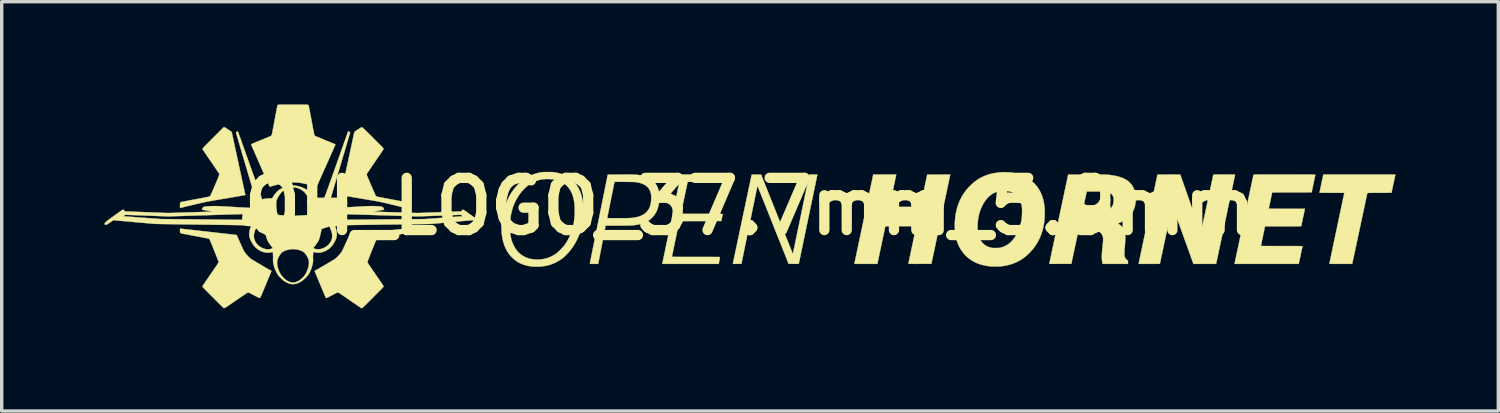
<source format=kicad_pcb>
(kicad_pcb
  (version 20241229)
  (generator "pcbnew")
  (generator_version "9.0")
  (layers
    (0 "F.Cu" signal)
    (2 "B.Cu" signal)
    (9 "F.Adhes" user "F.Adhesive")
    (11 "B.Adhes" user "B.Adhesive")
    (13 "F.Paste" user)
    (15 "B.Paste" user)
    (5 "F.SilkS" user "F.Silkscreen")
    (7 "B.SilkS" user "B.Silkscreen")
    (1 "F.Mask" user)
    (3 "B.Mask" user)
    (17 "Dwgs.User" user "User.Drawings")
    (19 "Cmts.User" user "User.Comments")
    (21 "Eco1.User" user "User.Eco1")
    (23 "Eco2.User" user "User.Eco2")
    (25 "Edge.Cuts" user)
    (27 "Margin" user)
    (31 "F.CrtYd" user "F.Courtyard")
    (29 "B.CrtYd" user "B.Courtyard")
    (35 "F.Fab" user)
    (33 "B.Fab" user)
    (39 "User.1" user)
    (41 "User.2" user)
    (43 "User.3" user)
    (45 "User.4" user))
  (footprint "OH_LOGO_37.7mm_5.9mm"
    (layer "F.Cu")
    (at 18.838 2.977)
    (property "Reference" "OH_LOGO_37.7mm_5.9mm" (at 0 0 0) (layer "F.SilkS") (effects (font (size 1.524 1.524) (thickness 0.3))))
    (attr through_hole board_only exclude_from_pos_files exclude_from_bom)
    (fp_poly (pts (xy 17.889 -0.931) (xy 17.98 -0.931) (xy 18.069 -0.931) (xy 18.155 -0.931) (xy 18.238 -0.931) (xy 18.317 -0.931) (xy 18.392 -0.931) (xy 18.462 -0.931) (xy 18.528 -0.931) (xy 18.589 -0.931) (xy 18.644 -0.931) (xy 18.693 -0.931) (xy 18.736 -0.931) (xy 18.773 -0.931) (xy 18.802 -0.931) (xy 18.825 -0.93) (xy 18.839 -0.93) (xy 18.846 -0.93) (xy 18.847 -0.93) (xy 18.846 -0.926) (xy 18.843 -0.914) (xy 18.839 -0.896) (xy 18.834 -0.871) (xy 18.828 -0.84) (xy 18.82 -0.805) (xy 18.812 -0.766) (xy 18.803 -0.723) (xy 18.793 -0.678) (xy 18.79 -0.665) (xy 18.734 -0.4) (xy 18.382 -0.399) (xy 18.317 -0.399) (xy 18.26 -0.398) (xy 18.21 -0.398) (xy 18.167 -0.398) (xy 18.131 -0.397) (xy 18.101 -0.397) (xy 18.077 -0.396) (xy 18.059 -0.396) (xy 18.045 -0.395) (xy 18.036 -0.394) (xy 18.03 -0.394) (xy 18.029 -0.393) (xy 18.028 -0.388) (xy 18.025 -0.376) (xy 18.021 -0.356) (xy 18.015 -0.328) (xy 18.007 -0.294) (xy 17.999 -0.253) (xy 17.989 -0.207) (xy 17.977 -0.154) (xy 17.965 -0.096) (xy 17.952 -0.033) (xy 17.937 0.035) (xy 17.922 0.107) (xy 17.905 0.184) (xy 17.888 0.264) (xy 17.87 0.347) (xy 17.852 0.434) (xy 17.833 0.523) (xy 17.814 0.614) (xy 17.807 0.644) (xy 17.587 1.676) (xy 17.254 1.676) (xy 17.186 1.676) (xy 17.126 1.676) (xy 17.073 1.676) (xy 17.028 1.676) (xy 16.991 1.675) (xy 16.961 1.675) (xy 16.939 1.674) (xy 16.926 1.673) (xy 16.921 1.672) (xy 16.921 1.672) (xy 16.921 1.668) (xy 16.924 1.655) (xy 16.928 1.635) (xy 16.934 1.608) (xy 16.941 1.574) (xy 16.95 1.534) (xy 16.959 1.487) (xy 16.97 1.434) (xy 16.983 1.376) (xy 16.996 1.313) (xy 17.01 1.245) (xy 17.025 1.173) (xy 17.042 1.097) (xy 17.058 1.017) (xy 17.076 0.933) (xy 17.094 0.847) (xy 17.113 0.758) (xy 17.132 0.667) (xy 17.139 0.637) (xy 17.158 0.545) (xy 17.177 0.456) (xy 17.195 0.368) (xy 17.213 0.284) (xy 17.23 0.203) (xy 17.247 0.126) (xy 17.262 0.052) (xy 17.277 -0.017) (xy 17.29 -0.081) (xy 17.303 -0.141) (xy 17.314 -0.195) (xy 17.325 -0.244) (xy 17.334 -0.286) (xy 17.341 -0.322) (xy 17.347 -0.352) (xy 17.352 -0.374) (xy 17.355 -0.388) (xy 17.357 -0.395) (xy 17.357 -0.396) (xy 17.353 -0.396) (xy 17.341 -0.396) (xy 17.321 -0.397) (xy 17.295 -0.397) (xy 17.264 -0.397) (xy 17.226 -0.397) (xy 17.184 -0.398) (xy 17.138 -0.398) (xy 17.088 -0.398) (xy 17.035 -0.398) (xy 16.995 -0.398) (xy 16.94 -0.398) (xy 16.888 -0.398) (xy 16.839 -0.398) (xy 16.794 -0.398) (xy 16.753 -0.399) (xy 16.717 -0.399) (xy 16.687 -0.4) (xy 16.663 -0.4) (xy 16.645 -0.4) (xy 16.635 -0.401) (xy 16.633 -0.401) (xy 16.634 -0.406) (xy 16.636 -0.418) (xy 16.64 -0.437) (xy 16.645 -0.462) (xy 16.651 -0.493) (xy 16.659 -0.528) (xy 16.667 -0.567) (xy 16.676 -0.609) (xy 16.685 -0.654) (xy 16.686 -0.656) (xy 16.695 -0.702) (xy 16.704 -0.745) (xy 16.713 -0.785) (xy 16.72 -0.821) (xy 16.727 -0.853) (xy 16.733 -0.879) (xy 16.737 -0.9) (xy 16.74 -0.913) (xy 16.741 -0.92) (xy 16.741 -0.92) (xy 16.744 -0.931) (xy 17.795 -0.931) (xy 17.889 -0.931)) (stroke (width 0.01) (type solid)) (fill yes) (layer "F.SilkS"))
    (fp_poly (pts (xy -11.312 -2.309) (xy -11.308 -2.306) (xy -11.298 -2.297) (xy -11.283 -2.283) (xy -11.263 -2.265) (xy -11.24 -2.242) (xy -11.213 -2.216) (xy -11.183 -2.187) (xy -11.151 -2.156) (xy -11.117 -2.122) (xy -11.081 -2.087) (xy -11.044 -2.05) (xy -11.007 -2.013) (xy -10.969 -1.976) (xy -10.933 -1.939) (xy -10.897 -1.903) (xy -10.862 -1.869) (xy -10.83 -1.836) (xy -10.8 -1.806) (xy -10.773 -1.778) (xy -10.749 -1.754) (xy -10.73 -1.734) (xy -10.714 -1.718) (xy -10.704 -1.706) (xy -10.699 -1.7) (xy -10.699 -1.7) (xy -10.694 -1.684) (xy -10.695 -1.674) (xy -10.698 -1.668) (xy -10.705 -1.655) (xy -10.718 -1.635) (xy -10.735 -1.608) (xy -10.757 -1.575) (xy -10.784 -1.535) (xy -10.815 -1.489) (xy -10.851 -1.435) (xy -10.892 -1.376) (xy -10.937 -1.31) (xy -10.976 -1.253) (xy -11.013 -1.199) (xy -11.046 -1.15) (xy -11.077 -1.105) (xy -11.103 -1.066) (xy -11.126 -1.031) (xy -11.146 -1.002) (xy -11.161 -0.978) (xy -11.172 -0.961) (xy -11.178 -0.95) (xy -11.18 -0.946) (xy -11.182 -0.933) (xy -11.182 -0.922) (xy -11.182 -0.922) (xy -11.179 -0.915) (xy -11.174 -0.902) (xy -11.166 -0.883) (xy -11.156 -0.858) (xy -11.143 -0.828) (xy -11.129 -0.794) (xy -11.113 -0.757) (xy -11.096 -0.718) (xy -11.079 -0.676) (xy -11.061 -0.634) (xy -11.042 -0.591) (xy -11.024 -0.549) (xy -11.006 -0.508) (xy -10.989 -0.468) (xy -10.973 -0.431) (xy -10.958 -0.398) (xy -10.945 -0.369) (xy -10.934 -0.344) (xy -10.926 -0.325) (xy -10.92 -0.313) (xy -10.917 -0.307) (xy -10.917 -0.307) (xy -10.907 -0.297) (xy -10.897 -0.29) (xy -10.892 -0.289) (xy -10.878 -0.286) (xy -10.857 -0.281) (xy -10.83 -0.276) (xy -10.797 -0.269) (xy -10.758 -0.262) (xy -10.715 -0.253) (xy -10.667 -0.244) (xy -10.616 -0.234) (xy -10.561 -0.224) (xy -10.504 -0.213) (xy -10.473 -0.208) (xy -10.405 -0.195) (xy -10.346 -0.184) (xy -10.293 -0.174) (xy -10.247 -0.165) (xy -10.208 -0.158) (xy -10.174 -0.152) (xy -10.146 -0.146) (xy -10.123 -0.141) (xy -10.104 -0.137) (xy -10.088 -0.134) (xy -10.077 -0.131) (xy -10.068 -0.129) (xy -10.061 -0.126) (xy -10.056 -0.124) (xy -10.053 -0.122) (xy -10.05 -0.121) (xy -10.048 -0.118) (xy -10.048 -0.118) (xy -10.035 -0.106) (xy -10.032 0.042) (xy -10.042 0.042) (xy -10.048 0.041) (xy -10.061 0.038) (xy -10.081 0.033) (xy -10.107 0.027) (xy -10.138 0.02) (xy -10.174 0.011) (xy -10.214 0.002) (xy -10.256 -0.009) (xy -10.3 -0.019) (xy -10.394 -0.042) (xy -10.48 -0.063) (xy -10.558 -0.082) (xy -10.63 -0.098) (xy -10.695 -0.113) (xy -10.753 -0.126) (xy -10.806 -0.137) (xy -10.853 -0.146) (xy -10.871 -0.15) (xy -10.886 -0.153) (xy -10.908 -0.157) (xy -10.938 -0.162) (xy -10.974 -0.168) (xy -11.015 -0.175) (xy -11.062 -0.183) (xy -11.113 -0.192) (xy -11.168 -0.201) (xy -11.227 -0.211) (xy -11.287 -0.221) (xy -11.35 -0.232) (xy -11.413 -0.242) (xy -11.419 -0.243) (xy -11.482 -0.254) (xy -11.542 -0.264) (xy -11.601 -0.274) (xy -11.655 -0.283) (xy -11.707 -0.292) (xy -11.754 -0.301) (xy -11.796 -0.308) (xy -11.833 -0.315) (xy -11.864 -0.32) (xy -11.888 -0.325) (xy -11.905 -0.328) (xy -11.915 -0.33) (xy -11.916 -0.331) (xy -11.93 -0.336) (xy -11.938 -0.34) (xy -11.941 -0.344) (xy -11.94 -0.349) (xy -11.938 -0.355) (xy -11.936 -0.364) (xy -11.933 -0.375) (xy -11.93 -0.388) (xy -11.926 -0.404) (xy -11.922 -0.423) (xy -11.917 -0.445) (xy -11.911 -0.472) (xy -11.904 -0.502) (xy -11.897 -0.537) (xy -11.888 -0.576) (xy -11.878 -0.62) (xy -11.867 -0.67) (xy -11.855 -0.726) (xy -11.842 -0.787) (xy -11.827 -0.855) (xy -11.811 -0.93) (xy -11.794 -1.011) (xy -11.774 -1.1) (xy -11.754 -1.196) (xy -11.731 -1.301) (xy -11.73 -1.304) (xy -11.543 -2.174) (xy -11.445 -2.242) (xy -11.419 -2.259) (xy -11.394 -2.275) (xy -11.373 -2.289) (xy -11.355 -2.3) (xy -11.342 -2.307) (xy -11.335 -2.311) (xy -11.335 -2.311) (xy -11.321 -2.311) (xy -11.312 -2.309)) (stroke (width 0.01) (type solid)) (fill yes) (layer "F.SilkS"))
    (fp_poly (pts (xy -15.342 -2.311) (xy -15.336 -2.311) (xy -15.329 -2.31) (xy -15.322 -2.307) (xy -15.313 -2.302) (xy -15.301 -2.295) (xy -15.285 -2.284) (xy -15.264 -2.27) (xy -15.238 -2.252) (xy -15.223 -2.242) (xy -15.124 -2.174) (xy -14.933 -1.287) (xy -14.914 -1.202) (xy -14.896 -1.118) (xy -14.879 -1.037) (xy -14.862 -0.959) (xy -14.845 -0.884) (xy -14.83 -0.813) (xy -14.815 -0.745) (xy -14.802 -0.682) (xy -14.789 -0.624) (xy -14.777 -0.571) (xy -14.767 -0.524) (xy -14.758 -0.482) (xy -14.75 -0.447) (xy -14.744 -0.418) (xy -14.739 -0.397) (xy -14.736 -0.383) (xy -14.734 -0.377) (xy -14.73 -0.363) (xy -14.727 -0.351) (xy -14.725 -0.346) (xy -14.725 -0.342) (xy -14.731 -0.338) (xy -14.742 -0.334) (xy -14.752 -0.33) (xy -14.76 -0.328) (xy -14.775 -0.325) (xy -14.798 -0.321) (xy -14.828 -0.316) (xy -14.864 -0.309) (xy -14.905 -0.302) (xy -14.951 -0.294) (xy -15.002 -0.285) (xy -15.056 -0.276) (xy -15.114 -0.266) (xy -15.174 -0.256) (xy -15.237 -0.245) (xy -15.261 -0.241) (xy -15.346 -0.227) (xy -15.423 -0.214) (xy -15.493 -0.202) (xy -15.556 -0.191) (xy -15.614 -0.181) (xy -15.667 -0.172) (xy -15.716 -0.164) (xy -15.761 -0.155) (xy -15.804 -0.148) (xy -15.844 -0.14) (xy -15.882 -0.132) (xy -15.92 -0.124) (xy -15.958 -0.116) (xy -15.996 -0.108) (xy -16.035 -0.099) (xy -16.076 -0.09) (xy -16.12 -0.079) (xy -16.167 -0.068) (xy -16.217 -0.056) (xy -16.273 -0.043) (xy -16.334 -0.028) (xy -16.351 -0.024) (xy -16.397 -0.012) (xy -16.442 -0.002) (xy -16.483 0.008) (xy -16.52 0.017) (xy -16.553 0.025) (xy -16.581 0.032) (xy -16.603 0.037) (xy -16.618 0.04) (xy -16.626 0.042) (xy -16.627 0.042) (xy -16.629 0.041) (xy -16.631 0.035) (xy -16.632 0.024) (xy -16.633 0.007) (xy -16.633 -0.017) (xy -16.633 -0.027) (xy -16.633 -0.057) (xy -16.632 -0.079) (xy -16.63 -0.096) (xy -16.627 -0.107) (xy -16.623 -0.116) (xy -16.617 -0.122) (xy -16.613 -0.125) (xy -16.607 -0.127) (xy -16.594 -0.13) (xy -16.573 -0.134) (xy -16.545 -0.14) (xy -16.51 -0.147) (xy -16.469 -0.155) (xy -16.422 -0.164) (xy -16.37 -0.174) (xy -16.314 -0.185) (xy -16.252 -0.196) (xy -16.191 -0.208) (xy -16.123 -0.22) (xy -16.063 -0.232) (xy -16.01 -0.242) (xy -15.964 -0.25) (xy -15.924 -0.258) (xy -15.89 -0.264) (xy -15.861 -0.27) (xy -15.838 -0.275) (xy -15.818 -0.279) (xy -15.803 -0.282) (xy -15.79 -0.285) (xy -15.781 -0.288) (xy -15.774 -0.29) (xy -15.769 -0.292) (xy -15.765 -0.295) (xy -15.763 -0.296) (xy -15.76 -0.298) (xy -15.757 -0.301) (xy -15.753 -0.305) (xy -15.75 -0.31) (xy -15.745 -0.317) (xy -15.74 -0.327) (xy -15.734 -0.34) (xy -15.726 -0.357) (xy -15.717 -0.378) (xy -15.705 -0.403) (xy -15.692 -0.434) (xy -15.676 -0.471) (xy -15.657 -0.514) (xy -15.636 -0.563) (xy -15.616 -0.61) (xy -15.591 -0.667) (xy -15.57 -0.718) (xy -15.551 -0.761) (xy -15.535 -0.799) (xy -15.522 -0.831) (xy -15.511 -0.858) (xy -15.503 -0.88) (xy -15.496 -0.898) (xy -15.491 -0.913) (xy -15.488 -0.925) (xy -15.486 -0.934) (xy -15.486 -0.941) (xy -15.487 -0.947) (xy -15.488 -0.953) (xy -15.49 -0.958) (xy -15.492 -0.96) (xy -15.495 -0.966) (xy -15.502 -0.977) (xy -15.514 -0.995) (xy -15.53 -1.018) (xy -15.549 -1.046) (xy -15.571 -1.078) (xy -15.596 -1.115) (xy -15.623 -1.155) (xy -15.653 -1.198) (xy -15.684 -1.244) (xy -15.717 -1.291) (xy -15.731 -1.313) (xy -15.765 -1.361) (xy -15.796 -1.407) (xy -15.827 -1.452) (xy -15.855 -1.493) (xy -15.881 -1.531) (xy -15.904 -1.565) (xy -15.924 -1.595) (xy -15.941 -1.621) (xy -15.954 -1.641) (xy -15.964 -1.655) (xy -15.969 -1.663) (xy -15.969 -1.664) (xy -15.971 -1.668) (xy -15.972 -1.673) (xy -15.973 -1.677) (xy -15.973 -1.681) (xy -15.971 -1.687) (xy -15.967 -1.693) (xy -15.962 -1.702) (xy -15.954 -1.712) (xy -15.944 -1.724) (xy -15.93 -1.739) (xy -15.913 -1.757) (xy -15.893 -1.778) (xy -15.869 -1.803) (xy -15.84 -1.832) (xy -15.807 -1.865) (xy -15.768 -1.904) (xy -15.725 -1.947) (xy -15.676 -1.996) (xy -15.664 -2.008) (xy -15.361 -2.311) (xy -15.342 -2.311)) (stroke (width 0.01) (type solid)) (fill yes) (layer "F.SilkS"))
    (fp_poly (pts (xy 0.194 -0.93) (xy 0.331 -0.929) (xy 0.793 0.227) (xy 0.831 0.322) (xy 0.868 0.415) (xy 0.904 0.505) (xy 0.94 0.593) (xy 0.974 0.678) (xy 1.006 0.76) (xy 1.037 0.838) (xy 1.067 0.912) (xy 1.095 0.982) (xy 1.121 1.047) (xy 1.146 1.108) (xy 1.168 1.163) (xy 1.188 1.213) (xy 1.206 1.258) (xy 1.221 1.296) (xy 1.234 1.328) (xy 1.244 1.353) (xy 1.251 1.371) (xy 1.256 1.382) (xy 1.257 1.386) (xy 1.258 1.382) (xy 1.261 1.37) (xy 1.265 1.351) (xy 1.271 1.324) (xy 1.278 1.29) (xy 1.287 1.25) (xy 1.297 1.203) (xy 1.308 1.15) (xy 1.32 1.092) (xy 1.333 1.028) (xy 1.347 0.96) (xy 1.363 0.886) (xy 1.379 0.809) (xy 1.396 0.727) (xy 1.413 0.642) (xy 1.432 0.553) (xy 1.451 0.462) (xy 1.47 0.368) (xy 1.49 0.271) (xy 1.499 0.228) (xy 1.738 -0.931) (xy 1.855 -0.931) (xy 1.886 -0.931) (xy 1.913 -0.931) (xy 1.937 -0.931) (xy 1.955 -0.93) (xy 1.968 -0.929) (xy 1.973 -0.929) (xy 1.973 -0.929) (xy 1.972 -0.924) (xy 1.969 -0.912) (xy 1.965 -0.892) (xy 1.96 -0.865) (xy 1.952 -0.831) (xy 1.944 -0.79) (xy 1.934 -0.742) (xy 1.923 -0.689) (xy 1.911 -0.629) (xy 1.897 -0.565) (xy 1.883 -0.495) (xy 1.867 -0.42) (xy 1.851 -0.341) (xy 1.833 -0.257) (xy 1.815 -0.17) (xy 1.796 -0.079) (xy 1.776 0.015) (xy 1.756 0.112) (xy 1.735 0.212) (xy 1.714 0.314) (xy 1.702 0.373) (xy 1.68 0.476) (xy 1.659 0.577) (xy 1.639 0.676) (xy 1.619 0.772) (xy 1.599 0.864) (xy 1.581 0.954) (xy 1.563 1.039) (xy 1.546 1.121) (xy 1.53 1.198) (xy 1.515 1.271) (xy 1.5 1.339) (xy 1.487 1.401) (xy 1.476 1.458) (xy 1.465 1.509) (xy 1.456 1.554) (xy 1.448 1.592) (xy 1.441 1.623) (xy 1.436 1.647) (xy 1.433 1.664) (xy 1.431 1.673) (xy 1.431 1.674) (xy 1.427 1.675) (xy 1.415 1.675) (xy 1.397 1.675) (xy 1.373 1.676) (xy 1.345 1.676) (xy 1.313 1.676) (xy 1.282 1.675) (xy 1.134 1.674) (xy 0.68 0.535) (xy 0.643 0.441) (xy 0.606 0.349) (xy 0.57 0.259) (xy 0.536 0.172) (xy 0.502 0.088) (xy 0.47 0.007) (xy 0.439 -0.07) (xy 0.41 -0.143) (xy 0.382 -0.212) (xy 0.356 -0.276) (xy 0.332 -0.336) (xy 0.311 -0.39) (xy 0.291 -0.439) (xy 0.274 -0.482) (xy 0.259 -0.519) (xy 0.246 -0.55) (xy 0.236 -0.574) (xy 0.23 -0.591) (xy 0.225 -0.6) (xy 0.224 -0.602) (xy 0.223 -0.598) (xy 0.221 -0.586) (xy 0.216 -0.566) (xy 0.211 -0.539) (xy 0.204 -0.505) (xy 0.195 -0.464) (xy 0.185 -0.417) (xy 0.175 -0.364) (xy 0.162 -0.306) (xy 0.149 -0.242) (xy 0.135 -0.173) (xy 0.12 -0.1) (xy 0.104 -0.022) (xy 0.087 0.059) (xy 0.07 0.144) (xy 0.052 0.232) (xy 0.033 0.324) (xy 0.014 0.418) (xy -0.006 0.514) (xy -0.011 0.537) (xy -0.244 1.674) (xy -0.37 1.675) (xy -0.406 1.676) (xy -0.434 1.676) (xy -0.456 1.676) (xy -0.472 1.675) (xy -0.483 1.675) (xy -0.489 1.674) (xy -0.493 1.673) (xy -0.494 1.671) (xy -0.494 1.669) (xy -0.493 1.665) (xy -0.49 1.652) (xy -0.486 1.632) (xy -0.48 1.605) (xy -0.473 1.571) (xy -0.464 1.531) (xy -0.455 1.485) (xy -0.444 1.433) (xy -0.431 1.376) (xy -0.418 1.315) (xy -0.404 1.248) (xy -0.389 1.178) (xy -0.374 1.104) (xy -0.357 1.027) (xy -0.341 0.947) (xy -0.323 0.864) (xy -0.305 0.78) (xy -0.287 0.693) (xy -0.268 0.605) (xy -0.249 0.516) (xy -0.231 0.427) (xy -0.212 0.337) (xy -0.193 0.248) (xy -0.174 0.159) (xy -0.155 0.071) (xy -0.137 -0.015) (xy -0.119 -0.1) (xy -0.102 -0.183) (xy -0.085 -0.263) (xy -0.068 -0.341) (xy -0.053 -0.415) (xy -0.038 -0.485) (xy -0.024 -0.552) (xy -0.01 -0.614) (xy 0.002 -0.671) (xy 0.013 -0.723) (xy 0.022 -0.77) (xy 0.031 -0.81) (xy 0.038 -0.845) (xy 0.044 -0.872) (xy 0.048 -0.893) (xy 0.051 -0.905) (xy 0.052 -0.909) (xy 0.056 -0.931) (xy 0.194 -0.93)) (stroke (width 0.01) (type solid)) (fill yes) (layer "F.SilkS"))
    (fp_poly (pts (xy 7.46 -0.997) (xy 7.507 -0.996) (xy 7.55 -0.994) (xy 7.589 -0.991) (xy 7.614 -0.989) (xy 7.718 -0.973) (xy 7.816 -0.951) (xy 7.909 -0.923) (xy 7.997 -0.888) (xy 8.079 -0.847) (xy 8.156 -0.799) (xy 8.228 -0.745) (xy 8.295 -0.684) (xy 8.357 -0.617) (xy 8.398 -0.564) (xy 8.447 -0.491) (xy 8.489 -0.412) (xy 8.526 -0.328) (xy 8.556 -0.238) (xy 8.58 -0.143) (xy 8.597 -0.042) (xy 8.604 0.015) (xy 8.607 0.048) (xy 8.609 0.088) (xy 8.61 0.132) (xy 8.611 0.178) (xy 8.611 0.225) (xy 8.61 0.27) (xy 8.609 0.311) (xy 8.607 0.347) (xy 8.607 0.349) (xy 8.593 0.472) (xy 8.572 0.589) (xy 8.545 0.702) (xy 8.51 0.81) (xy 8.469 0.913) (xy 8.42 1.012) (xy 8.364 1.107) (xy 8.302 1.198) (xy 8.232 1.284) (xy 8.156 1.365) (xy 8.077 1.438) (xy 7.995 1.503) (xy 7.91 1.56) (xy 7.82 1.61) (xy 7.726 1.652) (xy 7.628 1.688) (xy 7.526 1.715) (xy 7.42 1.736) (xy 7.34 1.746) (xy 7.318 1.748) (xy 7.289 1.749) (xy 7.256 1.751) (xy 7.219 1.751) (xy 7.181 1.752) (xy 7.143 1.752) (xy 7.108 1.752) (xy 7.076 1.751) (xy 7.05 1.75) (xy 7.04 1.75) (xy 6.962 1.741) (xy 6.882 1.728) (xy 6.802 1.71) (xy 6.726 1.689) (xy 6.654 1.664) (xy 6.605 1.644) (xy 6.542 1.612) (xy 6.478 1.574) (xy 6.417 1.532) (xy 6.361 1.488) (xy 6.338 1.468) (xy 6.272 1.402) (xy 6.213 1.331) (xy 6.161 1.256) (xy 6.116 1.176) (xy 6.077 1.091) (xy 6.045 1.001) (xy 6.02 0.907) (xy 6.002 0.807) (xy 5.99 0.702) (xy 5.985 0.592) (xy 5.985 0.588) (xy 6.649 0.588) (xy 6.65 0.656) (xy 6.654 0.72) (xy 6.661 0.778) (xy 6.663 0.79) (xy 6.679 0.855) (xy 6.7 0.915) (xy 6.726 0.969) (xy 6.757 1.018) (xy 6.795 1.064) (xy 6.802 1.072) (xy 6.843 1.11) (xy 6.888 1.142) (xy 6.936 1.168) (xy 6.989 1.189) (xy 7.047 1.204) (xy 7.093 1.212) (xy 7.101 1.213) (xy 7.116 1.213) (xy 7.136 1.213) (xy 7.161 1.213) (xy 7.188 1.213) (xy 7.195 1.213) (xy 7.228 1.212) (xy 7.255 1.211) (xy 7.276 1.21) (xy 7.294 1.208) (xy 7.309 1.205) (xy 7.319 1.203) (xy 7.389 1.183) (xy 7.456 1.155) (xy 7.519 1.119) (xy 7.578 1.076) (xy 7.634 1.026) (xy 7.687 0.967) (xy 7.737 0.901) (xy 7.752 0.878) (xy 7.8 0.798) (xy 7.841 0.713) (xy 7.876 0.624) (xy 7.905 0.53) (xy 7.927 0.43) (xy 7.94 0.347) (xy 7.942 0.322) (xy 7.945 0.291) (xy 7.947 0.255) (xy 7.948 0.217) (xy 7.949 0.177) (xy 7.95 0.138) (xy 7.95 0.1) (xy 7.949 0.067) (xy 7.948 0.039) (xy 7.946 0.021) (xy 7.935 -0.052) (xy 7.919 -0.117) (xy 7.899 -0.177) (xy 7.873 -0.23) (xy 7.842 -0.277) (xy 7.805 -0.319) (xy 7.804 -0.32) (xy 7.76 -0.358) (xy 7.71 -0.39) (xy 7.655 -0.416) (xy 7.594 -0.436) (xy 7.528 -0.449) (xy 7.457 -0.455) (xy 7.387 -0.456) (xy 7.319 -0.451) (xy 7.256 -0.44) (xy 7.197 -0.423) (xy 7.14 -0.399) (xy 7.084 -0.369) (xy 7.072 -0.361) (xy 7.017 -0.321) (xy 6.964 -0.273) (xy 6.914 -0.218) (xy 6.867 -0.157) (xy 6.824 -0.09) (xy 6.785 -0.018) (xy 6.75 0.058) (xy 6.721 0.138) (xy 6.696 0.221) (xy 6.693 0.232) (xy 6.678 0.3) (xy 6.666 0.372) (xy 6.657 0.444) (xy 6.651 0.517) (xy 6.649 0.588) (xy 5.985 0.588) (xy 5.986 0.478) (xy 5.995 0.356) (xy 6.009 0.24) (xy 6.031 0.129) (xy 6.059 0.022) (xy 6.094 -0.081) (xy 6.136 -0.18) (xy 6.185 -0.276) (xy 6.208 -0.316) (xy 6.262 -0.401) (xy 6.323 -0.482) (xy 6.389 -0.559) (xy 6.461 -0.631) (xy 6.535 -0.698) (xy 6.613 -0.757) (xy 6.636 -0.773) (xy 6.715 -0.822) (xy 6.797 -0.865) (xy 6.881 -0.901) (xy 6.969 -0.932) (xy 7.062 -0.957) (xy 7.16 -0.976) (xy 7.248 -0.989) (xy 7.281 -0.992) (xy 7.32 -0.995) (xy 7.365 -0.996) (xy 7.412 -0.997) (xy 7.46 -0.997)) (stroke (width 0.01) (type solid)) (fill yes) (layer "F.SilkS"))
    (fp_poly (pts (xy 5.848 -0.915) (xy 5.847 -0.91) (xy 5.845 -0.897) (xy 5.84 -0.876) (xy 5.834 -0.847) (xy 5.827 -0.812) (xy 5.818 -0.77) (xy 5.808 -0.722) (xy 5.796 -0.667) (xy 5.784 -0.607) (xy 5.77 -0.542) (xy 5.755 -0.471) (xy 5.739 -0.396) (xy 5.722 -0.316) (xy 5.705 -0.232) (xy 5.686 -0.144) (xy 5.667 -0.053) (xy 5.647 0.041) (xy 5.626 0.139) (xy 5.605 0.238) (xy 5.584 0.34) (xy 5.574 0.387) (xy 5.302 1.674) (xy 4.966 1.675) (xy 4.898 1.676) (xy 4.837 1.676) (xy 4.785 1.676) (xy 4.741 1.675) (xy 4.704 1.675) (xy 4.675 1.675) (xy 4.654 1.674) (xy 4.639 1.673) (xy 4.632 1.673) (xy 4.631 1.672) (xy 4.632 1.667) (xy 4.635 1.655) (xy 4.639 1.635) (xy 4.644 1.609) (xy 4.651 1.576) (xy 4.659 1.537) (xy 4.668 1.493) (xy 4.679 1.444) (xy 4.69 1.391) (xy 4.702 1.334) (xy 4.715 1.274) (xy 4.728 1.21) (xy 4.742 1.144) (xy 4.746 1.127) (xy 4.76 1.06) (xy 4.773 0.996) (xy 4.786 0.935) (xy 4.798 0.877) (xy 4.81 0.822) (xy 4.82 0.772) (xy 4.83 0.727) (xy 4.838 0.687) (xy 4.845 0.652) (xy 4.851 0.624) (xy 4.856 0.602) (xy 4.858 0.588) (xy 4.86 0.581) (xy 4.86 0.581) (xy 4.858 0.58) (xy 4.851 0.579) (xy 4.839 0.578) (xy 4.822 0.578) (xy 4.8 0.577) (xy 4.771 0.577) (xy 4.736 0.577) (xy 4.695 0.576) (xy 4.647 0.576) (xy 4.591 0.576) (xy 4.528 0.576) (xy 4.457 0.576) (xy 4.409 0.576) (xy 4.338 0.576) (xy 4.274 0.576) (xy 4.218 0.576) (xy 4.169 0.576) (xy 4.126 0.576) (xy 4.09 0.576) (xy 4.059 0.576) (xy 4.033 0.577) (xy 4.013 0.577) (xy 3.996 0.577) (xy 3.983 0.578) (xy 3.973 0.579) (xy 3.966 0.579) (xy 3.961 0.58) (xy 3.958 0.581) (xy 3.957 0.582) (xy 3.956 0.583) (xy 3.955 0.588) (xy 3.953 0.601) (xy 3.948 0.621) (xy 3.943 0.648) (xy 3.935 0.681) (xy 3.927 0.72) (xy 3.918 0.764) (xy 3.907 0.813) (xy 3.896 0.867) (xy 3.884 0.924) (xy 3.871 0.984) (xy 3.858 1.047) (xy 3.844 1.113) (xy 3.842 1.124) (xy 3.828 1.19) (xy 3.814 1.254) (xy 3.801 1.315) (xy 3.789 1.373) (xy 3.778 1.427) (xy 3.767 1.477) (xy 3.758 1.522) (xy 3.749 1.562) (xy 3.742 1.596) (xy 3.736 1.624) (xy 3.731 1.646) (xy 3.728 1.66) (xy 3.727 1.667) (xy 3.727 1.667) (xy 3.724 1.676) (xy 3.053 1.676) (xy 3.067 1.612) (xy 3.069 1.602) (xy 3.073 1.585) (xy 3.078 1.56) (xy 3.085 1.528) (xy 3.093 1.489) (xy 3.103 1.443) (xy 3.114 1.391) (xy 3.126 1.333) (xy 3.139 1.27) (xy 3.154 1.202) (xy 3.169 1.128) (xy 3.186 1.05) (xy 3.203 0.968) (xy 3.221 0.882) (xy 3.24 0.793) (xy 3.26 0.701) (xy 3.28 0.605) (xy 3.3 0.508) (xy 3.321 0.408) (xy 3.343 0.308) (xy 3.604 -0.931) (xy 3.94 -0.931) (xy 3.993 -0.931) (xy 4.043 -0.931) (xy 4.089 -0.931) (xy 4.132 -0.931) (xy 4.171 -0.931) (xy 4.204 -0.931) (xy 4.232 -0.931) (xy 4.254 -0.93) (xy 4.268 -0.93) (xy 4.275 -0.93) (xy 4.276 -0.93) (xy 4.275 -0.926) (xy 4.272 -0.914) (xy 4.268 -0.895) (xy 4.263 -0.87) (xy 4.257 -0.839) (xy 4.249 -0.802) (xy 4.24 -0.762) (xy 4.231 -0.718) (xy 4.221 -0.67) (xy 4.21 -0.62) (xy 4.199 -0.568) (xy 4.188 -0.515) (xy 4.177 -0.461) (xy 4.165 -0.407) (xy 4.154 -0.354) (xy 4.143 -0.302) (xy 4.133 -0.253) (xy 4.123 -0.205) (xy 4.113 -0.161) (xy 4.105 -0.121) (xy 4.097 -0.085) (xy 4.091 -0.055) (xy 4.085 -0.03) (xy 4.081 -0.012) (xy 4.079 -0.001) (xy 4.078 0.003) (xy 4.076 0.013) (xy 4.527 0.013) (xy 4.599 0.013) (xy 4.663 0.013) (xy 4.72 0.013) (xy 4.77 0.012) (xy 4.812 0.012) (xy 4.849 0.012) (xy 4.88 0.012) (xy 4.906 0.012) (xy 4.927 0.011) (xy 4.944 0.011) (xy 4.957 0.01) (xy 4.967 0.01) (xy 4.974 0.009) (xy 4.978 0.008) (xy 4.98 0.007) (xy 4.981 0.006) (xy 4.982 0.001) (xy 4.985 -0.011) (xy 4.99 -0.031) (xy 4.995 -0.058) (xy 5.002 -0.091) (xy 5.011 -0.129) (xy 5.02 -0.172) (xy 5.03 -0.22) (xy 5.041 -0.272) (xy 5.053 -0.328) (xy 5.065 -0.386) (xy 5.078 -0.447) (xy 5.082 -0.465) (xy 5.18 -0.929) (xy 5.851 -0.931) (xy 5.848 -0.915)) (stroke (width 0.01) (type solid)) (fill yes) (layer "F.SilkS"))
    (fp_poly (pts (xy -3.58 -0.931) (xy -3.529 -0.931) (xy -3.484 -0.93) (xy -3.445 -0.93) (xy -3.41 -0.929) (xy -3.379 -0.928) (xy -3.351 -0.927) (xy -3.327 -0.926) (xy -3.304 -0.924) (xy -3.282 -0.922) (xy -3.261 -0.92) (xy -3.241 -0.918) (xy -3.219 -0.915) (xy -3.215 -0.914) (xy -3.142 -0.902) (xy -3.076 -0.886) (xy -3.017 -0.867) (xy -2.962 -0.843) (xy -2.912 -0.816) (xy -2.866 -0.783) (xy -2.822 -0.745) (xy -2.8 -0.723) (xy -2.756 -0.672) (xy -2.72 -0.616) (xy -2.69 -0.557) (xy -2.667 -0.493) (xy -2.651 -0.424) (xy -2.641 -0.35) (xy -2.638 -0.271) (xy -2.639 -0.231) (xy -2.645 -0.143) (xy -2.657 -0.061) (xy -2.675 0.016) (xy -2.698 0.088) (xy -2.728 0.155) (xy -2.764 0.218) (xy -2.773 0.233) (xy -2.794 0.262) (xy -2.821 0.293) (xy -2.851 0.325) (xy -2.883 0.355) (xy -2.915 0.383) (xy -2.945 0.405) (xy -2.949 0.408) (xy -3.012 0.445) (xy -3.081 0.476) (xy -3.156 0.503) (xy -3.237 0.524) (xy -3.322 0.539) (xy -3.325 0.539) (xy -3.346 0.542) (xy -3.365 0.545) (xy -3.385 0.547) (xy -3.406 0.549) (xy -3.429 0.55) (xy -3.453 0.552) (xy -3.48 0.553) (xy -3.511 0.554) (xy -3.545 0.555) (xy -3.585 0.555) (xy -3.63 0.556) (xy -3.681 0.556) (xy -3.739 0.557) (xy -3.804 0.557) (xy -3.846 0.558) (xy -4.21 0.56) (xy -4.313 1.098) (xy -4.326 1.165) (xy -4.338 1.229) (xy -4.35 1.291) (xy -4.362 1.35) (xy -4.372 1.405) (xy -4.382 1.456) (xy -4.391 1.503) (xy -4.399 1.544) (xy -4.406 1.58) (xy -4.411 1.609) (xy -4.416 1.632) (xy -4.419 1.648) (xy -4.42 1.656) (xy -4.42 1.656) (xy -4.425 1.676) (xy -4.547 1.676) (xy -4.584 1.676) (xy -4.613 1.676) (xy -4.636 1.676) (xy -4.652 1.675) (xy -4.662 1.674) (xy -4.668 1.673) (xy -4.669 1.671) (xy -4.668 1.667) (xy -4.666 1.654) (xy -4.662 1.634) (xy -4.657 1.606) (xy -4.65 1.572) (xy -4.641 1.531) (xy -4.632 1.483) (xy -4.621 1.429) (xy -4.609 1.37) (xy -4.596 1.305) (xy -4.582 1.234) (xy -4.567 1.159) (xy -4.551 1.08) (xy -4.534 0.996) (xy -4.516 0.909) (xy -4.498 0.818) (xy -4.479 0.723) (xy -4.459 0.626) (xy -4.439 0.526) (xy -4.419 0.424) (xy -4.407 0.368) (xy -4.401 0.338) (xy -4.161 0.338) (xy -4.157 0.339) (xy -4.145 0.34) (xy -4.127 0.34) (xy -4.102 0.341) (xy -4.072 0.342) (xy -4.037 0.342) (xy -3.998 0.342) (xy -3.956 0.343) (xy -3.912 0.343) (xy -3.867 0.343) (xy -3.82 0.343) (xy -3.774 0.343) (xy -3.728 0.343) (xy -3.684 0.342) (xy -3.643 0.342) (xy -3.604 0.342) (xy -3.569 0.341) (xy -3.539 0.34) (xy -3.515 0.339) (xy -3.498 0.339) (xy -3.421 0.332) (xy -3.351 0.322) (xy -3.287 0.309) (xy -3.228 0.292) (xy -3.173 0.271) (xy -3.155 0.262) (xy -3.099 0.232) (xy -3.05 0.197) (xy -3.007 0.158) (xy -2.971 0.112) (xy -2.94 0.062) (xy -2.915 0.006) (xy -2.897 -0.056) (xy -2.884 -0.124) (xy -2.877 -0.198) (xy -2.876 -0.222) (xy -2.875 -0.28) (xy -2.879 -0.332) (xy -2.886 -0.379) (xy -2.898 -0.422) (xy -2.914 -0.462) (xy -2.914 -0.464) (xy -2.939 -0.51) (xy -2.969 -0.55) (xy -3.005 -0.586) (xy -3.047 -0.618) (xy -3.095 -0.645) (xy -3.149 -0.668) (xy -3.211 -0.688) (xy -3.279 -0.703) (xy -3.33 -0.712) (xy -3.339 -0.712) (xy -3.355 -0.713) (xy -3.377 -0.714) (xy -3.405 -0.715) (xy -3.438 -0.715) (xy -3.475 -0.716) (xy -3.515 -0.717) (xy -3.557 -0.717) (xy -3.6 -0.718) (xy -3.645 -0.718) (xy -3.689 -0.719) (xy -3.732 -0.719) (xy -3.774 -0.719) (xy -3.813 -0.72) (xy -3.849 -0.72) (xy -3.88 -0.72) (xy -3.907 -0.719) (xy -3.928 -0.719) (xy -3.942 -0.719) (xy -3.949 -0.718) (xy -3.95 -0.718) (xy -3.951 -0.714) (xy -3.953 -0.701) (xy -3.957 -0.682) (xy -3.962 -0.656) (xy -3.969 -0.623) (xy -3.976 -0.585) (xy -3.985 -0.541) (xy -3.995 -0.492) (xy -4.005 -0.439) (xy -4.017 -0.383) (xy -4.029 -0.323) (xy -4.042 -0.26) (xy -4.055 -0.195) (xy -4.056 -0.191) (xy -4.069 -0.126) (xy -4.081 -0.063) (xy -4.094 -0.003) (xy -4.105 0.054) (xy -4.116 0.108) (xy -4.126 0.156) (xy -4.134 0.201) (xy -4.142 0.24) (xy -4.149 0.273) (xy -4.154 0.3) (xy -4.158 0.32) (xy -4.16 0.333) (xy -4.161 0.338) (xy -4.161 0.338) (xy -4.401 0.338) (xy -4.146 -0.929) (xy -3.774 -0.93) (xy -3.701 -0.931) (xy -3.637 -0.931) (xy -3.58 -0.931)) (stroke (width 0.01) (type solid)) (fill yes) (layer "F.SilkS"))
    (fp_poly (pts (xy -5.853 -1.005) (xy -5.82 -1.005) (xy -5.794 -1.004) (xy -5.771 -1.004) (xy -5.752 -1.002) (xy -5.735 -1.001) (xy -5.718 -0.999) (xy -5.7 -0.996) (xy -5.694 -0.995) (xy -5.605 -0.979) (xy -5.523 -0.958) (xy -5.447 -0.932) (xy -5.375 -0.9) (xy -5.308 -0.863) (xy -5.256 -0.829) (xy -5.235 -0.813) (xy -5.21 -0.792) (xy -5.183 -0.767) (xy -5.156 -0.74) (xy -5.128 -0.712) (xy -5.103 -0.685) (xy -5.082 -0.66) (xy -5.065 -0.639) (xy -5.064 -0.637) (xy -5.02 -0.57) (xy -4.982 -0.5) (xy -4.95 -0.428) (xy -4.922 -0.35) (xy -4.9 -0.27) (xy -4.882 -0.184) (xy -4.869 -0.092) (xy -4.861 0.005) (xy -4.857 0.105) (xy -4.859 0.207) (xy -4.865 0.31) (xy -4.876 0.412) (xy -4.888 0.487) (xy -4.913 0.608) (xy -4.945 0.726) (xy -4.985 0.84) (xy -5.033 0.95) (xy -5.088 1.056) (xy -5.151 1.16) (xy -5.222 1.26) (xy -5.247 1.291) (xy -5.268 1.316) (xy -5.293 1.345) (xy -5.321 1.375) (xy -5.351 1.406) (xy -5.381 1.436) (xy -5.41 1.463) (xy -5.436 1.487) (xy -5.457 1.504) (xy -5.537 1.563) (xy -5.621 1.613) (xy -5.708 1.656) (xy -5.8 1.692) (xy -5.895 1.72) (xy -5.994 1.74) (xy -6.072 1.75) (xy -6.102 1.753) (xy -6.138 1.755) (xy -6.177 1.756) (xy -6.219 1.756) (xy -6.26 1.756) (xy -6.299 1.755) (xy -6.333 1.754) (xy -6.352 1.752) (xy -6.446 1.739) (xy -6.536 1.72) (xy -6.62 1.693) (xy -6.7 1.66) (xy -6.775 1.619) (xy -6.846 1.571) (xy -6.912 1.517) (xy -6.928 1.502) (xy -6.987 1.44) (xy -7.039 1.372) (xy -7.087 1.299) (xy -7.128 1.219) (xy -7.164 1.135) (xy -7.193 1.045) (xy -7.216 0.951) (xy -7.233 0.852) (xy -7.235 0.841) (xy -7.245 0.735) (xy -7.248 0.645) (xy -7.001 0.645) (xy -6.997 0.73) (xy -6.99 0.809) (xy -6.978 0.883) (xy -6.963 0.952) (xy -6.943 1.019) (xy -6.919 1.082) (xy -6.896 1.132) (xy -6.856 1.205) (xy -6.812 1.271) (xy -6.762 1.33) (xy -6.707 1.382) (xy -6.647 1.427) (xy -6.582 1.466) (xy -6.513 1.497) (xy -6.439 1.521) (xy -6.36 1.538) (xy -6.333 1.543) (xy -6.303 1.546) (xy -6.268 1.548) (xy -6.228 1.549) (xy -6.187 1.549) (xy -6.147 1.548) (xy -6.11 1.546) (xy -6.077 1.544) (xy -6.07 1.543) (xy -5.988 1.528) (xy -5.908 1.506) (xy -5.83 1.477) (xy -5.755 1.441) (xy -5.698 1.407) (xy -5.667 1.386) (xy -5.638 1.365) (xy -5.612 1.344) (xy -5.584 1.32) (xy -5.555 1.292) (xy -5.526 1.264) (xy -5.474 1.208) (xy -5.426 1.153) (xy -5.383 1.095) (xy -5.343 1.033) (xy -5.304 0.966) (xy -5.285 0.929) (xy -5.24 0.833) (xy -5.202 0.734) (xy -5.17 0.631) (xy -5.145 0.523) (xy -5.127 0.411) (xy -5.115 0.293) (xy -5.11 0.206) (xy -5.109 0.1) (xy -5.112 0.002) (xy -5.12 -0.09) (xy -5.133 -0.176) (xy -5.15 -0.257) (xy -5.173 -0.331) (xy -5.201 -0.401) (xy -5.234 -0.466) (xy -5.263 -0.512) (xy -5.284 -0.541) (xy -5.31 -0.572) (xy -5.34 -0.603) (xy -5.371 -0.632) (xy -5.401 -0.658) (xy -5.421 -0.672) (xy -5.482 -0.708) (xy -5.546 -0.739) (xy -5.616 -0.763) (xy -5.689 -0.781) (xy -5.768 -0.793) (xy -5.853 -0.8) (xy -5.908 -0.801) (xy -5.988 -0.798) (xy -6.063 -0.79) (xy -6.134 -0.777) (xy -6.203 -0.757) (xy -6.271 -0.732) (xy -6.33 -0.704) (xy -6.397 -0.667) (xy -6.46 -0.623) (xy -6.522 -0.573) (xy -6.584 -0.516) (xy -6.585 -0.515) (xy -6.656 -0.438) (xy -6.72 -0.355) (xy -6.779 -0.267) (xy -6.831 -0.174) (xy -6.876 -0.077) (xy -6.915 0.025) (xy -6.946 0.131) (xy -6.971 0.24) (xy -6.974 0.259) (xy -6.982 0.305) (xy -6.988 0.348) (xy -6.992 0.389) (xy -6.996 0.432) (xy -6.998 0.477) (xy -7 0.528) (xy -7.001 0.553) (xy -7.001 0.645) (xy -7.248 0.645) (xy -7.249 0.626) (xy -7.247 0.517) (xy -7.24 0.409) (xy -7.235 0.364) (xy -7.217 0.252) (xy -7.192 0.14) (xy -7.16 0.031) (xy -7.123 -0.076) (xy -7.079 -0.179) (xy -7.03 -0.279) (xy -6.976 -0.373) (xy -6.917 -0.462) (xy -6.853 -0.545) (xy -6.804 -0.601) (xy -6.729 -0.677) (xy -6.651 -0.745) (xy -6.571 -0.805) (xy -6.488 -0.857) (xy -6.403 -0.902) (xy -6.315 -0.938) (xy -6.223 -0.967) (xy -6.166 -0.982) (xy -6.136 -0.988) (xy -6.109 -0.993) (xy -6.084 -0.997) (xy -6.059 -1) (xy -6.033 -1.002) (xy -6.005 -1.004) (xy -5.972 -1.005) (xy -5.933 -1.005) (xy -5.893 -1.005) (xy -5.853 -1.005)) (stroke (width 0.01) (type solid)) (fill yes) (layer "F.SilkS"))
    (fp_poly (pts (xy -13.353 -2.972) (xy -13.333 -2.972) (xy -13.263 -2.972) (xy -13.201 -2.972) (xy -13.147 -2.972) (xy -13.099 -2.972) (xy -13.058 -2.971) (xy -13.023 -2.971) (xy -12.994 -2.971) (xy -12.969 -2.971) (xy -12.95 -2.97) (xy -12.934 -2.97) (xy -12.921 -2.969) (xy -12.912 -2.968) (xy -12.905 -2.968) (xy -12.9 -2.967) (xy -12.897 -2.966) (xy -12.895 -2.965) (xy -12.885 -2.957) (xy -12.878 -2.948) (xy -12.877 -2.942) (xy -12.874 -2.929) (xy -12.87 -2.909) (xy -12.865 -2.882) (xy -12.858 -2.849) (xy -12.851 -2.81) (xy -12.842 -2.767) (xy -12.833 -2.719) (xy -12.824 -2.667) (xy -12.813 -2.613) (xy -12.802 -2.555) (xy -12.795 -2.516) (xy -12.784 -2.458) (xy -12.774 -2.401) (xy -12.763 -2.347) (xy -12.754 -2.297) (xy -12.745 -2.25) (xy -12.737 -2.208) (xy -12.729 -2.172) (xy -12.723 -2.14) (xy -12.718 -2.115) (xy -12.714 -2.097) (xy -12.712 -2.086) (xy -12.711 -2.083) (xy -12.703 -2.072) (xy -12.695 -2.063) (xy -12.69 -2.06) (xy -12.678 -2.055) (xy -12.66 -2.047) (xy -12.636 -2.036) (xy -12.607 -2.024) (xy -12.574 -2.01) (xy -12.537 -1.995) (xy -12.498 -1.979) (xy -12.458 -1.962) (xy -12.416 -1.944) (xy -12.374 -1.927) (xy -12.332 -1.909) (xy -12.291 -1.893) (xy -12.252 -1.877) (xy -12.216 -1.862) (xy -12.184 -1.849) (xy -12.155 -1.837) (xy -12.132 -1.828) (xy -12.114 -1.821) (xy -12.102 -1.817) (xy -12.098 -1.815) (xy -12.098 -1.814) (xy -12.099 -1.81) (xy -12.101 -1.803) (xy -12.105 -1.793) (xy -12.11 -1.779) (xy -12.118 -1.761) (xy -12.127 -1.739) (xy -12.138 -1.712) (xy -12.152 -1.681) (xy -12.168 -1.644) (xy -12.187 -1.602) (xy -12.208 -1.554) (xy -12.232 -1.5) (xy -12.259 -1.44) (xy -12.289 -1.373) (xy -12.322 -1.298) (xy -12.358 -1.217) (xy -12.366 -1.2) (xy -12.396 -1.132) (xy -12.426 -1.066) (xy -12.454 -1.002) (xy -12.482 -0.941) (xy -12.508 -0.883) (xy -12.532 -0.829) (xy -12.554 -0.78) (xy -12.574 -0.734) (xy -12.592 -0.694) (xy -12.608 -0.659) (xy -12.621 -0.63) (xy -12.631 -0.607) (xy -12.639 -0.591) (xy -12.643 -0.582) (xy -12.644 -0.58) (xy -12.647 -0.578) (xy -12.652 -0.578) (xy -12.661 -0.579) (xy -12.675 -0.583) (xy -12.695 -0.589) (xy -12.709 -0.592) (xy -12.77 -0.61) (xy -12.835 -0.627) (xy -12.902 -0.644) (xy -12.97 -0.659) (xy -13.035 -0.673) (xy -13.097 -0.685) (xy -13.14 -0.692) (xy -13.166 -0.695) (xy -13.198 -0.698) (xy -13.235 -0.7) (xy -13.276 -0.701) (xy -13.318 -0.702) (xy -13.36 -0.702) (xy -13.401 -0.702) (xy -13.438 -0.7) (xy -13.47 -0.698) (xy -13.487 -0.697) (xy -13.535 -0.69) (xy -13.59 -0.681) (xy -13.65 -0.669) (xy -13.712 -0.656) (xy -13.776 -0.641) (xy -13.839 -0.626) (xy -13.901 -0.609) (xy -13.944 -0.596) (xy -13.967 -0.59) (xy -13.987 -0.584) (xy -14.002 -0.579) (xy -14.013 -0.577) (xy -14.016 -0.576) (xy -14.018 -0.58) (xy -14.023 -0.591) (xy -14.031 -0.609) (xy -14.042 -0.634) (xy -14.056 -0.664) (xy -14.072 -0.701) (xy -14.09 -0.743) (xy -14.111 -0.789) (xy -14.133 -0.84) (xy -14.158 -0.895) (xy -14.183 -0.954) (xy -14.211 -1.016) (xy -14.239 -1.081) (xy -14.268 -1.148) (xy -14.287 -1.192) (xy -14.317 -1.261) (xy -14.346 -1.327) (xy -14.374 -1.391) (xy -14.401 -1.452) (xy -14.426 -1.51) (xy -14.45 -1.564) (xy -14.471 -1.614) (xy -14.491 -1.659) (xy -14.508 -1.699) (xy -14.524 -1.734) (xy -14.536 -1.763) (xy -14.546 -1.786) (xy -14.553 -1.802) (xy -14.557 -1.811) (xy -14.557 -1.813) (xy -14.554 -1.816) (xy -14.543 -1.821) (xy -14.524 -1.83) (xy -14.499 -1.841) (xy -14.468 -1.854) (xy -14.43 -1.87) (xy -14.387 -1.888) (xy -14.339 -1.908) (xy -14.286 -1.93) (xy -14.274 -1.935) (xy -14.227 -1.954) (xy -14.182 -1.972) (xy -14.14 -1.99) (xy -14.101 -2.006) (xy -14.067 -2.02) (xy -14.037 -2.033) (xy -14.012 -2.044) (xy -13.993 -2.052) (xy -13.981 -2.057) (xy -13.976 -2.06) (xy -13.966 -2.07) (xy -13.957 -2.082) (xy -13.956 -2.083) (xy -13.954 -2.089) (xy -13.951 -2.104) (xy -13.946 -2.126) (xy -13.94 -2.155) (xy -13.933 -2.191) (xy -13.925 -2.233) (xy -13.915 -2.281) (xy -13.905 -2.335) (xy -13.894 -2.394) (xy -13.882 -2.458) (xy -13.87 -2.52) (xy -13.859 -2.579) (xy -13.849 -2.636) (xy -13.839 -2.689) (xy -13.829 -2.74) (xy -13.821 -2.786) (xy -13.813 -2.828) (xy -13.805 -2.864) (xy -13.799 -2.895) (xy -13.795 -2.92) (xy -13.791 -2.938) (xy -13.788 -2.948) (xy -13.788 -2.951) (xy -13.786 -2.954) (xy -13.784 -2.957) (xy -13.782 -2.96) (xy -13.779 -2.962) (xy -13.774 -2.964) (xy -13.767 -2.966) (xy -13.758 -2.967) (xy -13.746 -2.968) (xy -13.73 -2.969) (xy -13.71 -2.97) (xy -13.686 -2.971) (xy -13.657 -2.971) (xy -13.623 -2.971) (xy -13.583 -2.972) (xy -13.536 -2.972) (xy -13.483 -2.972) (xy -13.422 -2.972) (xy -13.353 -2.972)) (stroke (width 0.01) (type solid)) (fill yes) (layer "F.SilkS"))
    (fp_poly (pts (xy 9.942 -0.929) (xy 10.021 -0.929) (xy 10.092 -0.929) (xy 10.155 -0.929) (xy 10.212 -0.929) (xy 10.262 -0.928) (xy 10.306 -0.928) (xy 10.343 -0.928) (xy 10.376 -0.927) (xy 10.403 -0.927) (xy 10.426 -0.926) (xy 10.445 -0.925) (xy 10.459 -0.925) (xy 10.47 -0.924) (xy 10.471 -0.924) (xy 10.572 -0.911) (xy 10.665 -0.895) (xy 10.75 -0.875) (xy 10.829 -0.851) (xy 10.901 -0.823) (xy 10.966 -0.791) (xy 11.024 -0.754) (xy 11.075 -0.713) (xy 11.12 -0.668) (xy 11.159 -0.618) (xy 11.192 -0.564) (xy 11.198 -0.552) (xy 11.224 -0.493) (xy 11.244 -0.427) (xy 11.258 -0.356) (xy 11.259 -0.348) (xy 11.262 -0.319) (xy 11.265 -0.284) (xy 11.266 -0.245) (xy 11.266 -0.204) (xy 11.265 -0.164) (xy 11.263 -0.128) (xy 11.26 -0.097) (xy 11.259 -0.092) (xy 11.244 -0.013) (xy 11.222 0.061) (xy 11.193 0.13) (xy 11.157 0.194) (xy 11.115 0.252) (xy 11.066 0.306) (xy 11.02 0.346) (xy 10.953 0.395) (xy 10.881 0.437) (xy 10.803 0.474) (xy 10.787 0.48) (xy 10.77 0.487) (xy 10.756 0.493) (xy 10.747 0.496) (xy 10.745 0.497) (xy 10.748 0.5) (xy 10.757 0.506) (xy 10.77 0.514) (xy 10.783 0.523) (xy 10.83 0.557) (xy 10.87 0.596) (xy 10.902 0.639) (xy 10.928 0.688) (xy 10.948 0.741) (xy 10.958 0.786) (xy 10.961 0.808) (xy 10.963 0.837) (xy 10.964 0.873) (xy 10.963 0.915) (xy 10.962 0.961) (xy 10.96 1.011) (xy 10.957 1.064) (xy 10.953 1.118) (xy 10.95 1.154) (xy 10.944 1.217) (xy 10.94 1.273) (xy 10.937 1.323) (xy 10.936 1.365) (xy 10.935 1.4) (xy 10.936 1.426) (xy 10.939 1.444) (xy 10.951 1.484) (xy 10.97 1.519) (xy 10.996 1.55) (xy 11.023 1.571) (xy 11.041 1.584) (xy 11.041 1.676) (xy 10.3 1.676) (xy 10.296 1.654) (xy 10.289 1.618) (xy 10.283 1.581) (xy 10.28 1.542) (xy 10.277 1.501) (xy 10.277 1.457) (xy 10.278 1.409) (xy 10.282 1.355) (xy 10.286 1.296) (xy 10.293 1.229) (xy 10.298 1.183) (xy 10.304 1.128) (xy 10.308 1.081) (xy 10.312 1.04) (xy 10.314 1.005) (xy 10.315 0.975) (xy 10.316 0.949) (xy 10.315 0.927) (xy 10.313 0.907) (xy 10.309 0.889) (xy 10.306 0.875) (xy 10.291 0.834) (xy 10.27 0.798) (xy 10.243 0.768) (xy 10.209 0.743) (xy 10.169 0.724) (xy 10.143 0.716) (xy 10.125 0.711) (xy 10.108 0.707) (xy 10.091 0.703) (xy 10.073 0.701) (xy 10.054 0.698) (xy 10.032 0.696) (xy 10.007 0.695) (xy 9.978 0.694) (xy 9.944 0.693) (xy 9.903 0.692) (xy 9.856 0.692) (xy 9.812 0.691) (xy 9.77 0.691) (xy 9.731 0.691) (xy 9.695 0.69) (xy 9.664 0.69) (xy 9.638 0.69) (xy 9.617 0.69) (xy 9.604 0.69) (xy 9.597 0.691) (xy 9.597 0.691) (xy 9.596 0.695) (xy 9.593 0.707) (xy 9.589 0.726) (xy 9.584 0.752) (xy 9.577 0.785) (xy 9.569 0.822) (xy 9.56 0.866) (xy 9.55 0.914) (xy 9.538 0.966) (xy 9.527 1.021) (xy 9.514 1.08) (xy 9.501 1.142) (xy 9.492 1.183) (xy 9.387 1.674) (xy 8.745 1.676) (xy 8.748 1.661) (xy 8.749 1.655) (xy 8.752 1.642) (xy 8.756 1.621) (xy 8.762 1.593) (xy 8.769 1.557) (xy 8.778 1.515) (xy 8.788 1.467) (xy 8.8 1.413) (xy 8.812 1.352) (xy 8.826 1.287) (xy 8.841 1.216) (xy 8.857 1.141) (xy 8.874 1.061) (xy 8.892 0.977) (xy 8.91 0.889) (xy 8.93 0.798) (xy 8.949 0.704) (xy 8.97 0.606) (xy 8.991 0.507) (xy 9.013 0.405) (xy 9.023 0.358) (xy 9.061 0.177) (xy 9.707 0.177) (xy 9.711 0.178) (xy 9.723 0.18) (xy 9.741 0.18) (xy 9.766 0.181) (xy 9.795 0.182) (xy 9.829 0.182) (xy 9.866 0.182) (xy 9.906 0.182) (xy 9.947 0.182) (xy 9.99 0.181) (xy 10.032 0.181) (xy 10.074 0.18) (xy 10.114 0.179) (xy 10.151 0.178) (xy 10.185 0.177) (xy 10.215 0.176) (xy 10.241 0.175) (xy 10.26 0.174) (xy 10.272 0.172) (xy 10.334 0.16) (xy 10.388 0.144) (xy 10.435 0.125) (xy 10.477 0.103) (xy 10.513 0.076) (xy 10.534 0.057) (xy 10.564 0.022) (xy 10.587 -0.016) (xy 10.605 -0.058) (xy 10.616 -0.105) (xy 10.623 -0.158) (xy 10.624 -0.167) (xy 10.624 -0.216) (xy 10.617 -0.26) (xy 10.604 -0.3) (xy 10.584 -0.334) (xy 10.565 -0.357) (xy 10.544 -0.375) (xy 10.521 -0.39) (xy 10.494 -0.402) (xy 10.463 -0.413) (xy 10.445 -0.417) (xy 10.428 -0.422) (xy 10.411 -0.425) (xy 10.392 -0.428) (xy 10.372 -0.431) (xy 10.35 -0.433) (xy 10.324 -0.435) (xy 10.294 -0.436) (xy 10.259 -0.437) (xy 10.219 -0.437) (xy 10.172 -0.438) (xy 10.118 -0.438) (xy 10.08 -0.438) (xy 9.837 -0.438) (xy 9.772 -0.133) (xy 9.762 -0.084) (xy 9.752 -0.037) (xy 9.742 0.008) (xy 9.734 0.048) (xy 9.726 0.084) (xy 9.72 0.116) (xy 9.714 0.141) (xy 9.711 0.16) (xy 9.708 0.173) (xy 9.707 0.177) (xy 9.061 0.177) (xy 9.295 -0.929) (xy 9.855 -0.929) (xy 9.942 -0.929)) (stroke (width 0.01) (type solid)) (fill yes) (layer "F.SilkS"))
    (fp_poly (pts (xy 15.695 -0.931) (xy 15.78 -0.931) (xy 15.862 -0.931) (xy 15.94 -0.931) (xy 16.016 -0.931) (xy 16.087 -0.931) (xy 16.154 -0.931) (xy 16.217 -0.93) (xy 16.275 -0.93) (xy 16.327 -0.93) (xy 16.374 -0.93) (xy 16.414 -0.93) (xy 16.448 -0.929) (xy 16.475 -0.929) (xy 16.494 -0.929) (xy 16.506 -0.928) (xy 16.51 -0.928) (xy 16.509 -0.924) (xy 16.507 -0.911) (xy 16.503 -0.892) (xy 16.498 -0.867) (xy 16.491 -0.837) (xy 16.484 -0.801) (xy 16.476 -0.762) (xy 16.467 -0.72) (xy 16.458 -0.675) (xy 16.457 -0.671) (xy 16.448 -0.626) (xy 16.439 -0.584) (xy 16.431 -0.544) (xy 16.423 -0.509) (xy 16.417 -0.478) (xy 16.412 -0.452) (xy 16.408 -0.432) (xy 16.405 -0.42) (xy 16.404 -0.414) (xy 16.404 -0.414) (xy 16.4 -0.414) (xy 16.388 -0.413) (xy 16.368 -0.413) (xy 16.342 -0.412) (xy 16.308 -0.412) (xy 16.269 -0.412) (xy 16.224 -0.411) (xy 16.175 -0.411) (xy 16.12 -0.411) (xy 16.062 -0.41) (xy 16 -0.41) (xy 15.934 -0.41) (xy 15.867 -0.41) (xy 15.828 -0.41) (xy 15.251 -0.409) (xy 15.201 -0.176) (xy 15.192 -0.132) (xy 15.183 -0.092) (xy 15.175 -0.054) (xy 15.168 -0.02) (xy 15.162 0.009) (xy 15.157 0.032) (xy 15.154 0.049) (xy 15.152 0.06) (xy 15.151 0.062) (xy 15.153 0.063) (xy 15.158 0.064) (xy 15.166 0.065) (xy 15.179 0.065) (xy 15.196 0.066) (xy 15.218 0.066) (xy 15.245 0.067) (xy 15.277 0.067) (xy 15.316 0.067) (xy 15.36 0.067) (xy 15.412 0.067) (xy 15.47 0.068) (xy 15.536 0.068) (xy 15.61 0.068) (xy 15.678 0.068) (xy 16.206 0.068) (xy 16.203 0.079) (xy 16.202 0.086) (xy 16.199 0.099) (xy 16.195 0.12) (xy 16.189 0.146) (xy 16.183 0.178) (xy 16.175 0.214) (xy 16.167 0.253) (xy 16.158 0.296) (xy 16.15 0.332) (xy 16.141 0.376) (xy 16.132 0.417) (xy 16.124 0.456) (xy 16.117 0.49) (xy 16.111 0.52) (xy 16.106 0.544) (xy 16.102 0.562) (xy 16.1 0.573) (xy 16.099 0.576) (xy 16.095 0.577) (xy 16.083 0.577) (xy 16.064 0.578) (xy 16.037 0.578) (xy 16.004 0.578) (xy 15.965 0.579) (xy 15.921 0.579) (xy 15.872 0.579) (xy 15.818 0.58) (xy 15.761 0.58) (xy 15.7 0.58) (xy 15.636 0.58) (xy 15.57 0.58) (xy 15.041 0.58) (xy 15.039 0.589) (xy 15.037 0.598) (xy 15.034 0.613) (xy 15.029 0.634) (xy 15.024 0.661) (xy 15.017 0.692) (xy 15.01 0.728) (xy 15.002 0.766) (xy 14.994 0.806) (xy 14.985 0.848) (xy 14.976 0.889) (xy 14.968 0.931) (xy 14.959 0.971) (xy 14.951 1.01) (xy 14.944 1.045) (xy 14.938 1.077) (xy 14.932 1.104) (xy 14.928 1.126) (xy 14.924 1.142) (xy 14.923 1.15) (xy 14.922 1.152) (xy 14.927 1.152) (xy 14.939 1.153) (xy 14.96 1.153) (xy 14.988 1.154) (xy 15.024 1.154) (xy 15.067 1.155) (xy 15.117 1.155) (xy 15.175 1.155) (xy 15.239 1.155) (xy 15.31 1.156) (xy 15.386 1.156) (xy 15.469 1.156) (xy 15.53 1.156) (xy 15.614 1.156) (xy 15.69 1.156) (xy 15.758 1.156) (xy 15.819 1.156) (xy 15.873 1.156) (xy 15.92 1.156) (xy 15.962 1.156) (xy 15.998 1.156) (xy 16.028 1.157) (xy 16.054 1.157) (xy 16.075 1.157) (xy 16.093 1.158) (xy 16.107 1.158) (xy 16.117 1.159) (xy 16.125 1.159) (xy 16.13 1.16) (xy 16.134 1.161) (xy 16.135 1.161) (xy 16.136 1.162) (xy 16.136 1.163) (xy 16.135 1.168) (xy 16.132 1.181) (xy 16.128 1.201) (xy 16.122 1.227) (xy 16.115 1.258) (xy 16.107 1.294) (xy 16.099 1.333) (xy 16.09 1.376) (xy 16.08 1.421) (xy 16.08 1.423) (xy 16.025 1.676) (xy 14.151 1.676) (xy 14.153 1.667) (xy 14.154 1.662) (xy 14.157 1.649) (xy 14.162 1.629) (xy 14.168 1.601) (xy 14.175 1.566) (xy 14.184 1.525) (xy 14.194 1.477) (xy 14.205 1.423) (xy 14.218 1.363) (xy 14.232 1.298) (xy 14.247 1.228) (xy 14.263 1.153) (xy 14.28 1.073) (xy 14.298 0.99) (xy 14.316 0.902) (xy 14.336 0.811) (xy 14.356 0.717) (xy 14.376 0.62) (xy 14.397 0.52) (xy 14.419 0.419) (xy 14.429 0.37) (xy 14.451 0.268) (xy 14.473 0.167) (xy 14.493 0.069) (xy 14.514 -0.027) (xy 14.533 -0.119) (xy 14.552 -0.208) (xy 14.571 -0.294) (xy 14.588 -0.375) (xy 14.604 -0.452) (xy 14.62 -0.524) (xy 14.634 -0.592) (xy 14.647 -0.654) (xy 14.659 -0.71) (xy 14.67 -0.761) (xy 14.68 -0.805) (xy 14.688 -0.843) (xy 14.694 -0.874) (xy 14.699 -0.898) (xy 14.703 -0.914) (xy 14.705 -0.923) (xy 14.705 -0.924) (xy 14.706 -0.925) (xy 14.707 -0.926) (xy 14.709 -0.926) (xy 14.713 -0.927) (xy 14.719 -0.928) (xy 14.727 -0.928) (xy 14.737 -0.929) (xy 14.751 -0.929) (xy 14.767 -0.929) (xy 14.787 -0.93) (xy 14.81 -0.93) (xy 14.838 -0.93) (xy 14.87 -0.93) (xy 14.907 -0.931) (xy 14.949 -0.931) (xy 14.997 -0.931) (xy 15.051 -0.931) (xy 15.11 -0.931) (xy 15.176 -0.931) (xy 15.249 -0.931) (xy 15.329 -0.931) (xy 15.417 -0.931) (xy 15.512 -0.931) (xy 15.609 -0.931) (xy 15.695 -0.931)) (stroke (width 0.01) (type solid)) (fill yes) (layer "F.SilkS"))
    (fp_poly (pts (xy -1.172 -0.931) (xy -1.087 -0.931) (xy -1.01 -0.931) (xy -0.94 -0.931) (xy -0.877 -0.931) (xy -0.82 -0.931) (xy -0.77 -0.931) (xy -0.726 -0.931) (xy -0.687 -0.931) (xy -0.654 -0.93) (xy -0.625 -0.93) (xy -0.601 -0.93) (xy -0.581 -0.93) (xy -0.564 -0.929) (xy -0.551 -0.929) (xy -0.541 -0.928) (xy -0.533 -0.928) (xy -0.528 -0.927) (xy -0.525 -0.926) (xy -0.523 -0.926) (xy -0.522 -0.925) (xy -0.522 -0.924) (xy -0.524 -0.918) (xy -0.527 -0.905) (xy -0.532 -0.886) (xy -0.537 -0.863) (xy -0.543 -0.837) (xy -0.546 -0.826) (xy -0.553 -0.799) (xy -0.558 -0.774) (xy -0.563 -0.753) (xy -0.567 -0.738) (xy -0.569 -0.729) (xy -0.57 -0.727) (xy -0.57 -0.726) (xy -0.572 -0.725) (xy -0.575 -0.724) (xy -0.579 -0.724) (xy -0.586 -0.723) (xy -0.595 -0.722) (xy -0.607 -0.722) (xy -0.623 -0.721) (xy -0.642 -0.721) (xy -0.665 -0.721) (xy -0.693 -0.72) (xy -0.725 -0.72) (xy -0.763 -0.72) (xy -0.807 -0.72) (xy -0.857 -0.719) (xy -0.913 -0.719) (xy -0.977 -0.719) (xy -1.047 -0.719) (xy -1.126 -0.719) (xy -1.193 -0.719) (xy -1.814 -0.718) (xy -1.91 -0.26) (xy -1.923 -0.199) (xy -1.935 -0.141) (xy -1.947 -0.085) (xy -1.958 -0.032) (xy -1.968 0.017) (xy -1.977 0.062) (xy -1.985 0.101) (xy -1.992 0.135) (xy -1.998 0.163) (xy -2.002 0.185) (xy -2.005 0.199) (xy -2.006 0.206) (xy -2.006 0.206) (xy -2.007 0.216) (xy -1.399 0.216) (xy -1.315 0.216) (xy -1.24 0.216) (xy -1.171 0.216) (xy -1.111 0.216) (xy -1.057 0.216) (xy -1.009 0.216) (xy -0.968 0.216) (xy -0.932 0.217) (xy -0.901 0.217) (xy -0.875 0.217) (xy -0.854 0.217) (xy -0.836 0.218) (xy -0.822 0.218) (xy -0.812 0.219) (xy -0.804 0.219) (xy -0.798 0.22) (xy -0.795 0.221) (xy -0.793 0.222) (xy -0.792 0.223) (xy -0.792 0.223) (xy -0.793 0.229) (xy -0.795 0.243) (xy -0.799 0.261) (xy -0.803 0.285) (xy -0.809 0.312) (xy -0.812 0.328) (xy -0.833 0.425) (xy -1.445 0.427) (xy -1.516 0.427) (xy -1.585 0.427) (xy -1.651 0.427) (xy -1.714 0.427) (xy -1.773 0.427) (xy -1.828 0.428) (xy -1.878 0.428) (xy -1.923 0.428) (xy -1.962 0.428) (xy -1.995 0.429) (xy -2.022 0.429) (xy -2.041 0.429) (xy -2.053 0.429) (xy -2.057 0.429) (xy -2.058 0.434) (xy -2.061 0.446) (xy -2.065 0.465) (xy -2.07 0.491) (xy -2.077 0.524) (xy -2.085 0.562) (xy -2.094 0.606) (xy -2.104 0.654) (xy -2.115 0.707) (xy -2.127 0.763) (xy -2.139 0.823) (xy -2.152 0.885) (xy -2.165 0.948) (xy -2.179 1.013) (xy -2.192 1.075) (xy -2.204 1.135) (xy -2.216 1.191) (xy -2.227 1.244) (xy -2.237 1.292) (xy -2.246 1.336) (xy -2.254 1.374) (xy -2.261 1.407) (xy -2.266 1.433) (xy -2.27 1.452) (xy -2.273 1.464) (xy -2.273 1.469) (xy -2.27 1.469) (xy -2.261 1.47) (xy -2.245 1.47) (xy -2.222 1.471) (xy -2.193 1.471) (xy -2.156 1.472) (xy -2.113 1.472) (xy -2.062 1.472) (xy -2.003 1.473) (xy -1.937 1.473) (xy -1.863 1.473) (xy -1.782 1.473) (xy -1.692 1.473) (xy -1.594 1.473) (xy -1.573 1.473) (xy -1.482 1.473) (xy -1.4 1.473) (xy -1.326 1.473) (xy -1.259 1.473) (xy -1.199 1.473) (xy -1.145 1.473) (xy -1.098 1.474) (xy -1.056 1.474) (xy -1.02 1.474) (xy -0.989 1.474) (xy -0.962 1.474) (xy -0.94 1.475) (xy -0.922 1.475) (xy -0.907 1.475) (xy -0.896 1.476) (xy -0.887 1.477) (xy -0.881 1.477) (xy -0.877 1.478) (xy -0.874 1.479) (xy -0.873 1.48) (xy -0.872 1.48) (xy -0.872 1.481) (xy -0.873 1.487) (xy -0.875 1.5) (xy -0.878 1.518) (xy -0.881 1.539) (xy -0.885 1.563) (xy -0.89 1.588) (xy -0.894 1.612) (xy -0.898 1.634) (xy -0.901 1.651) (xy -0.903 1.664) (xy -0.904 1.667) (xy -0.906 1.676) (xy -2.554 1.676) (xy -2.551 1.665) (xy -2.55 1.66) (xy -2.548 1.647) (xy -2.543 1.626) (xy -2.538 1.598) (xy -2.53 1.563) (xy -2.522 1.521) (xy -2.512 1.473) (xy -2.5 1.419) (xy -2.488 1.359) (xy -2.474 1.294) (xy -2.459 1.224) (xy -2.444 1.148) (xy -2.427 1.069) (xy -2.41 0.985) (xy -2.391 0.897) (xy -2.372 0.806) (xy -2.353 0.712) (xy -2.332 0.615) (xy -2.312 0.515) (xy -2.29 0.413) (xy -2.28 0.363) (xy -2.259 0.26) (xy -2.237 0.159) (xy -2.217 0.061) (xy -2.197 -0.034) (xy -2.178 -0.127) (xy -2.159 -0.216) (xy -2.141 -0.301) (xy -2.125 -0.382) (xy -2.109 -0.459) (xy -2.093 -0.532) (xy -2.079 -0.599) (xy -2.067 -0.661) (xy -2.055 -0.717) (xy -2.044 -0.768) (xy -2.035 -0.812) (xy -2.027 -0.849) (xy -2.021 -0.88) (xy -2.016 -0.904) (xy -2.013 -0.92) (xy -2.011 -0.928) (xy -2.011 -0.929) (xy -2.007 -0.929) (xy -1.994 -0.93) (xy -1.975 -0.93) (xy -1.948 -0.93) (xy -1.914 -0.93) (xy -1.874 -0.93) (xy -1.828 -0.931) (xy -1.776 -0.931) (xy -1.72 -0.931) (xy -1.659 -0.931) (xy -1.593 -0.931) (xy -1.524 -0.931) (xy -1.452 -0.931) (xy -1.376 -0.931) (xy -1.299 -0.931) (xy -1.265 -0.931) (xy -1.172 -0.931)) (stroke (width 0.01) (type solid)) (fill yes) (layer "F.SilkS"))
    (fp_poly (pts (xy 13.912 -0.931) (xy 13.963 -0.931) (xy 14.007 -0.931) (xy 14.045 -0.931) (xy 14.076 -0.931) (xy 14.101 -0.931) (xy 14.122 -0.93) (xy 14.137 -0.93) (xy 14.149 -0.929) (xy 14.158 -0.929) (xy 14.163 -0.928) (xy 14.166 -0.927) (xy 14.167 -0.926) (xy 14.167 -0.924) (xy 14.167 -0.924) (xy 14.166 -0.919) (xy 14.164 -0.907) (xy 14.159 -0.886) (xy 14.153 -0.859) (xy 14.146 -0.824) (xy 14.137 -0.783) (xy 14.127 -0.735) (xy 14.115 -0.681) (xy 14.103 -0.622) (xy 14.089 -0.557) (xy 14.074 -0.487) (xy 14.058 -0.412) (xy 14.041 -0.332) (xy 14.023 -0.249) (xy 14.005 -0.162) (xy 13.985 -0.071) (xy 13.965 0.023) (xy 13.945 0.12) (xy 13.924 0.22) (xy 13.902 0.322) (xy 13.892 0.37) (xy 13.87 0.473) (xy 13.848 0.574) (xy 13.828 0.672) (xy 13.807 0.768) (xy 13.788 0.86) (xy 13.769 0.949) (xy 13.75 1.035) (xy 13.733 1.116) (xy 13.717 1.193) (xy 13.701 1.266) (xy 13.687 1.333) (xy 13.674 1.396) (xy 13.662 1.452) (xy 13.651 1.503) (xy 13.641 1.548) (xy 13.633 1.586) (xy 13.627 1.617) (xy 13.621 1.641) (xy 13.618 1.657) (xy 13.616 1.666) (xy 13.616 1.667) (xy 13.613 1.676) (xy 13.283 1.676) (xy 12.952 1.676) (xy 12.645 0.823) (xy 12.616 0.742) (xy 12.587 0.662) (xy 12.559 0.585) (xy 12.532 0.51) (xy 12.506 0.439) (xy 12.482 0.372) (xy 12.459 0.308) (xy 12.438 0.249) (xy 12.418 0.194) (xy 12.4 0.145) (xy 12.384 0.101) (xy 12.37 0.062) (xy 12.358 0.03) (xy 12.349 0.005) (xy 12.342 -0.014) (xy 12.338 -0.026) (xy 12.336 -0.03) (xy 12.336 -0.03) (xy 12.335 -0.026) (xy 12.332 -0.014) (xy 12.328 0.006) (xy 12.322 0.033) (xy 12.315 0.066) (xy 12.306 0.106) (xy 12.296 0.151) (xy 12.285 0.202) (xy 12.273 0.259) (xy 12.26 0.32) (xy 12.246 0.386) (xy 12.231 0.455) (xy 12.216 0.528) (xy 12.2 0.605) (xy 12.183 0.684) (xy 12.165 0.766) (xy 12.154 0.818) (xy 12.137 0.901) (xy 12.12 0.982) (xy 12.103 1.061) (xy 12.087 1.136) (xy 12.072 1.209) (xy 12.057 1.277) (xy 12.043 1.341) (xy 12.031 1.401) (xy 12.019 1.456) (xy 12.008 1.505) (xy 11.999 1.549) (xy 11.991 1.587) (xy 11.984 1.618) (xy 11.979 1.643) (xy 11.975 1.66) (xy 11.973 1.669) (xy 11.973 1.671) (xy 11.971 1.672) (xy 11.965 1.673) (xy 11.956 1.674) (xy 11.941 1.674) (xy 11.922 1.675) (xy 11.898 1.675) (xy 11.867 1.676) (xy 11.83 1.676) (xy 11.786 1.676) (xy 11.735 1.676) (xy 11.675 1.676) (xy 11.662 1.676) (xy 11.604 1.676) (xy 11.553 1.676) (xy 11.51 1.676) (xy 11.473 1.676) (xy 11.443 1.676) (xy 11.418 1.676) (xy 11.398 1.675) (xy 11.383 1.675) (xy 11.372 1.674) (xy 11.364 1.673) (xy 11.359 1.673) (xy 11.356 1.672) (xy 11.354 1.67) (xy 11.354 1.669) (xy 11.355 1.664) (xy 11.357 1.652) (xy 11.362 1.631) (xy 11.367 1.604) (xy 11.375 1.569) (xy 11.383 1.528) (xy 11.393 1.48) (xy 11.405 1.426) (xy 11.417 1.367) (xy 11.431 1.302) (xy 11.446 1.231) (xy 11.461 1.156) (xy 11.478 1.077) (xy 11.496 0.993) (xy 11.514 0.906) (xy 11.533 0.815) (xy 11.553 0.721) (xy 11.574 0.624) (xy 11.595 0.524) (xy 11.617 0.422) (xy 11.628 0.366) (xy 11.902 -0.929) (xy 12.235 -0.93) (xy 12.296 -0.93) (xy 12.349 -0.931) (xy 12.395 -0.931) (xy 12.434 -0.931) (xy 12.466 -0.931) (xy 12.493 -0.93) (xy 12.515 -0.93) (xy 12.533 -0.93) (xy 12.546 -0.929) (xy 12.555 -0.929) (xy 12.562 -0.928) (xy 12.567 -0.927) (xy 12.569 -0.926) (xy 12.57 -0.925) (xy 12.571 -0.924) (xy 12.572 -0.919) (xy 12.577 -0.907) (xy 12.584 -0.887) (xy 12.593 -0.861) (xy 12.604 -0.828) (xy 12.618 -0.789) (xy 12.634 -0.744) (xy 12.651 -0.694) (xy 12.67 -0.639) (xy 12.691 -0.579) (xy 12.714 -0.515) (xy 12.738 -0.447) (xy 12.763 -0.376) (xy 12.789 -0.301) (xy 12.816 -0.224) (xy 12.844 -0.144) (xy 12.868 -0.074) (xy 12.896 0.007) (xy 12.924 0.087) (xy 12.951 0.164) (xy 12.977 0.238) (xy 13.002 0.309) (xy 13.025 0.376) (xy 13.048 0.439) (xy 13.068 0.498) (xy 13.087 0.553) (xy 13.105 0.602) (xy 13.12 0.646) (xy 13.133 0.684) (xy 13.144 0.716) (xy 13.153 0.741) (xy 13.16 0.759) (xy 13.164 0.77) (xy 13.165 0.773) (xy 13.166 0.77) (xy 13.169 0.758) (xy 13.173 0.739) (xy 13.179 0.713) (xy 13.187 0.68) (xy 13.195 0.641) (xy 13.205 0.596) (xy 13.216 0.545) (xy 13.229 0.489) (xy 13.242 0.428) (xy 13.256 0.363) (xy 13.271 0.294) (xy 13.287 0.221) (xy 13.303 0.144) (xy 13.32 0.065) (xy 13.338 -0.017) (xy 13.349 -0.071) (xy 13.367 -0.155) (xy 13.385 -0.236) (xy 13.401 -0.314) (xy 13.418 -0.39) (xy 13.433 -0.462) (xy 13.448 -0.531) (xy 13.461 -0.595) (xy 13.474 -0.655) (xy 13.486 -0.71) (xy 13.497 -0.759) (xy 13.506 -0.803) (xy 13.514 -0.841) (xy 13.521 -0.873) (xy 13.527 -0.897) (xy 13.53 -0.914) (xy 13.532 -0.924) (xy 13.533 -0.926) (xy 13.535 -0.927) (xy 13.541 -0.928) (xy 13.55 -0.929) (xy 13.564 -0.929) (xy 13.583 -0.93) (xy 13.608 -0.93) (xy 13.638 -0.931) (xy 13.675 -0.931) (xy 13.719 -0.931) (xy 13.77 -0.931) (xy 13.829 -0.931) (xy 13.852 -0.931) (xy 13.912 -0.931)) (stroke (width 0.01) (type solid)) (fill yes) (layer "F.SilkS"))
    (fp_poly (pts (xy -16.619 0.648) (xy -16.606 0.65) (xy -16.586 0.652) (xy -16.559 0.655) (xy -16.525 0.658) (xy -16.486 0.663) (xy -16.441 0.668) (xy -16.391 0.674) (xy -16.336 0.68) (xy -16.278 0.686) (xy -16.217 0.693) (xy -16.152 0.7) (xy -16.085 0.708) (xy -16.016 0.716) (xy -15.945 0.724) (xy -15.874 0.732) (xy -15.802 0.74) (xy -15.73 0.748) (xy -15.659 0.756) (xy -15.589 0.764) (xy -15.52 0.772) (xy -15.453 0.779) (xy -15.389 0.787) (xy -15.328 0.794) (xy -15.27 0.8) (xy -15.216 0.806) (xy -15.167 0.812) (xy -15.123 0.817) (xy -15.084 0.822) (xy -15.052 0.825) (xy -15.026 0.828) (xy -15.006 0.831) (xy -14.995 0.832) (xy -14.992 0.832) (xy -14.98 0.835) (xy -14.974 0.839) (xy -14.972 0.847) (xy -14.97 0.853) (xy -14.964 0.866) (xy -14.956 0.886) (xy -14.946 0.91) (xy -14.933 0.938) (xy -14.919 0.97) (xy -14.904 1.004) (xy -14.888 1.04) (xy -14.871 1.076) (xy -14.855 1.112) (xy -14.839 1.147) (xy -14.824 1.181) (xy -14.81 1.211) (xy -14.798 1.237) (xy -14.787 1.26) (xy -14.779 1.276) (xy -14.775 1.284) (xy -14.754 1.319) (xy -14.728 1.357) (xy -14.697 1.397) (xy -14.663 1.436) (xy -14.628 1.472) (xy -14.593 1.505) (xy -14.559 1.533) (xy -14.558 1.533) (xy -14.551 1.538) (xy -14.537 1.547) (xy -14.516 1.559) (xy -14.491 1.575) (xy -14.462 1.592) (xy -14.428 1.612) (xy -14.392 1.634) (xy -14.353 1.657) (xy -14.313 1.68) (xy -14.272 1.704) (xy -14.231 1.728) (xy -14.191 1.752) (xy -14.152 1.775) (xy -14.115 1.796) (xy -14.081 1.816) (xy -14.05 1.834) (xy -14.024 1.849) (xy -14.002 1.861) (xy -13.987 1.869) (xy -13.982 1.872) (xy -13.963 1.882) (xy -14.123 2.269) (xy -14.151 2.338) (xy -14.178 2.4) (xy -14.201 2.457) (xy -14.222 2.507) (xy -14.241 2.551) (xy -14.257 2.587) (xy -14.27 2.617) (xy -14.28 2.64) (xy -14.287 2.655) (xy -14.292 2.663) (xy -14.292 2.664) (xy -14.303 2.67) (xy -14.312 2.671) (xy -14.318 2.669) (xy -14.331 2.664) (xy -14.349 2.655) (xy -14.372 2.643) (xy -14.399 2.63) (xy -14.43 2.614) (xy -14.463 2.597) (xy -14.474 2.591) (xy -14.513 2.57) (xy -14.545 2.553) (xy -14.572 2.539) (xy -14.594 2.528) (xy -14.611 2.521) (xy -14.624 2.515) (xy -14.635 2.512) (xy -14.643 2.511) (xy -14.65 2.511) (xy -14.657 2.513) (xy -14.661 2.514) (xy -14.666 2.517) (xy -14.677 2.524) (xy -14.694 2.536) (xy -14.717 2.551) (xy -14.745 2.57) (xy -14.777 2.592) (xy -14.813 2.616) (xy -14.853 2.643) (xy -14.895 2.672) (xy -14.94 2.703) (xy -14.987 2.735) (xy -14.998 2.743) (xy -15.054 2.781) (xy -15.104 2.815) (xy -15.147 2.845) (xy -15.185 2.871) (xy -15.218 2.893) (xy -15.246 2.911) (xy -15.269 2.927) (xy -15.289 2.939) (xy -15.305 2.949) (xy -15.318 2.956) (xy -15.328 2.962) (xy -15.336 2.965) (xy -15.343 2.967) (xy -15.348 2.967) (xy -15.352 2.967) (xy -15.356 2.965) (xy -15.36 2.963) (xy -15.361 2.963) (xy -15.365 2.959) (xy -15.375 2.95) (xy -15.39 2.935) (xy -15.41 2.916) (xy -15.433 2.893) (xy -15.46 2.867) (xy -15.49 2.838) (xy -15.522 2.806) (xy -15.556 2.772) (xy -15.592 2.736) (xy -15.628 2.7) (xy -15.665 2.662) (xy -15.703 2.625) (xy -15.739 2.589) (xy -15.775 2.553) (xy -15.809 2.519) (xy -15.841 2.486) (xy -15.87 2.457) (xy -15.897 2.43) (xy -15.92 2.406) (xy -15.939 2.387) (xy -15.953 2.372) (xy -15.962 2.362) (xy -15.966 2.357) (xy -15.966 2.357) (xy -15.97 2.348) (xy -15.972 2.339) (xy -15.971 2.329) (xy -15.967 2.317) (xy -15.959 2.303) (xy -15.947 2.283) (xy -15.931 2.258) (xy -15.929 2.255) (xy -15.919 2.241) (xy -15.905 2.221) (xy -15.887 2.195) (xy -15.866 2.164) (xy -15.842 2.129) (xy -15.816 2.091) (xy -15.788 2.05) (xy -15.759 2.007) (xy -15.728 1.963) (xy -15.701 1.924) (xy -15.672 1.881) (xy -15.644 1.84) (xy -15.618 1.801) (xy -15.593 1.766) (xy -15.571 1.733) (xy -15.552 1.705) (xy -15.537 1.681) (xy -15.525 1.663) (xy -15.516 1.65) (xy -15.513 1.644) (xy -15.512 1.644) (xy -15.508 1.631) (xy -15.507 1.618) (xy -15.508 1.612) (xy -15.513 1.599) (xy -15.52 1.58) (xy -15.529 1.554) (xy -15.541 1.524) (xy -15.554 1.49) (xy -15.569 1.452) (xy -15.585 1.411) (xy -15.602 1.368) (xy -15.62 1.324) (xy -15.638 1.28) (xy -15.655 1.235) (xy -15.673 1.192) (xy -15.69 1.15) (xy -15.706 1.11) (xy -15.722 1.073) (xy -15.735 1.04) (xy -15.747 1.011) (xy -15.757 0.988) (xy -15.765 0.97) (xy -15.77 0.96) (xy -15.772 0.956) (xy -15.781 0.947) (xy -15.789 0.941) (xy -15.79 0.94) (xy -15.795 0.939) (xy -15.808 0.936) (xy -15.828 0.932) (xy -15.854 0.927) (xy -15.887 0.92) (xy -15.925 0.913) (xy -15.968 0.905) (xy -16.015 0.896) (xy -16.066 0.887) (xy -16.12 0.876) (xy -16.176 0.866) (xy -16.199 0.862) (xy -16.272 0.848) (xy -16.337 0.836) (xy -16.395 0.825) (xy -16.445 0.815) (xy -16.488 0.807) (xy -16.524 0.8) (xy -16.553 0.794) (xy -16.576 0.789) (xy -16.593 0.785) (xy -16.605 0.782) (xy -16.611 0.78) (xy -16.612 0.779) (xy -16.62 0.772) (xy -16.626 0.764) (xy -16.63 0.753) (xy -16.632 0.737) (xy -16.633 0.716) (xy -16.633 0.7) (xy -16.633 0.678) (xy -16.632 0.663) (xy -16.631 0.654) (xy -16.63 0.65) (xy -16.627 0.648) (xy -16.624 0.648) (xy -16.619 0.648)) (stroke (width 0.01) (type solid)) (fill yes) (layer "F.SilkS"))
    (fp_poly (pts (xy -10.039 0.648) (xy -10.036 0.65) (xy -10.034 0.654) (xy -10.033 0.664) (xy -10.033 0.678) (xy -10.033 0.697) (xy -10.034 0.725) (xy -10.036 0.747) (xy -10.04 0.762) (xy -10.047 0.773) (xy -10.055 0.78) (xy -10.06 0.782) (xy -10.074 0.785) (xy -10.095 0.79) (xy -10.122 0.795) (xy -10.156 0.802) (xy -10.195 0.81) (xy -10.239 0.818) (xy -10.288 0.828) (xy -10.342 0.838) (xy -10.398 0.849) (xy -10.458 0.86) (xy -10.467 0.861) (xy -10.524 0.872) (xy -10.579 0.882) (xy -10.631 0.892) (xy -10.679 0.901) (xy -10.724 0.91) (xy -10.764 0.917) (xy -10.799 0.924) (xy -10.828 0.93) (xy -10.85 0.934) (xy -10.866 0.937) (xy -10.874 0.939) (xy -10.875 0.94) (xy -10.879 0.942) (xy -10.884 0.946) (xy -10.888 0.95) (xy -10.893 0.957) (xy -10.898 0.966) (xy -10.904 0.978) (xy -10.911 0.993) (xy -10.92 1.012) (xy -10.93 1.035) (xy -10.942 1.064) (xy -10.956 1.097) (xy -10.972 1.137) (xy -10.99 1.183) (xy -11.012 1.236) (xy -11.032 1.286) (xy -11.058 1.352) (xy -11.081 1.41) (xy -11.101 1.461) (xy -11.118 1.504) (xy -11.132 1.541) (xy -11.143 1.57) (xy -11.151 1.593) (xy -11.156 1.608) (xy -11.159 1.618) (xy -11.159 1.62) (xy -11.157 1.635) (xy -11.153 1.647) (xy -11.153 1.648) (xy -11.15 1.653) (xy -11.142 1.665) (xy -11.13 1.682) (xy -11.115 1.705) (xy -11.096 1.733) (xy -11.074 1.765) (xy -11.049 1.801) (xy -11.022 1.841) (xy -10.993 1.883) (xy -10.963 1.928) (xy -10.934 1.97) (xy -10.902 2.016) (xy -10.872 2.061) (xy -10.842 2.103) (xy -10.815 2.143) (xy -10.79 2.18) (xy -10.767 2.213) (xy -10.748 2.241) (xy -10.732 2.265) (xy -10.719 2.283) (xy -10.711 2.295) (xy -10.707 2.3) (xy -10.697 2.32) (xy -10.693 2.336) (xy -10.694 2.339) (xy -10.694 2.342) (xy -10.696 2.346) (xy -10.699 2.35) (xy -10.704 2.357) (xy -10.711 2.365) (xy -10.72 2.375) (xy -10.731 2.387) (xy -10.746 2.403) (xy -10.764 2.421) (xy -10.786 2.443) (xy -10.812 2.469) (xy -10.842 2.5) (xy -10.877 2.535) (xy -10.917 2.575) (xy -10.962 2.62) (xy -11.001 2.66) (xy -11.052 2.711) (xy -11.098 2.756) (xy -11.137 2.796) (xy -11.172 2.831) (xy -11.203 2.861) (xy -11.229 2.887) (xy -11.252 2.908) (xy -11.271 2.926) (xy -11.287 2.94) (xy -11.301 2.951) (xy -11.312 2.959) (xy -11.322 2.964) (xy -11.33 2.967) (xy -11.337 2.967) (xy -11.343 2.966) (xy -11.349 2.963) (xy -11.355 2.959) (xy -11.361 2.954) (xy -11.369 2.949) (xy -11.376 2.944) (xy -11.385 2.937) (xy -11.4 2.927) (xy -11.421 2.913) (xy -11.447 2.895) (xy -11.478 2.873) (xy -11.513 2.849) (xy -11.552 2.823) (xy -11.593 2.795) (xy -11.636 2.765) (xy -11.681 2.734) (xy -11.707 2.716) (xy -11.76 2.68) (xy -11.806 2.649) (xy -11.846 2.621) (xy -11.881 2.598) (xy -11.91 2.578) (xy -11.935 2.561) (xy -11.956 2.547) (xy -11.973 2.537) (xy -11.986 2.528) (xy -11.997 2.522) (xy -12.006 2.517) (xy -12.012 2.514) (xy -12.017 2.513) (xy -12.021 2.512) (xy -12.022 2.512) (xy -12.028 2.511) (xy -12.033 2.512) (xy -12.04 2.513) (xy -12.048 2.516) (xy -12.059 2.521) (xy -12.073 2.528) (xy -12.091 2.537) (xy -12.114 2.549) (xy -12.143 2.564) (xy -12.179 2.583) (xy -12.193 2.591) (xy -12.234 2.612) (xy -12.27 2.631) (xy -12.3 2.647) (xy -12.325 2.658) (xy -12.342 2.666) (xy -12.353 2.671) (xy -12.356 2.671) (xy -12.369 2.668) (xy -12.377 2.662) (xy -12.38 2.657) (xy -12.385 2.644) (xy -12.394 2.625) (xy -12.404 2.6) (xy -12.418 2.569) (xy -12.433 2.534) (xy -12.45 2.493) (xy -12.469 2.449) (xy -12.489 2.401) (xy -12.51 2.35) (xy -12.533 2.297) (xy -12.556 2.241) (xy -12.579 2.185) (xy -12.603 2.128) (xy -12.627 2.071) (xy -12.65 2.014) (xy -12.673 1.958) (xy -12.695 1.903) (xy -12.703 1.885) (xy -12.701 1.88) (xy -12.697 1.878) (xy -12.691 1.875) (xy -12.679 1.868) (xy -12.66 1.858) (xy -12.636 1.845) (xy -12.608 1.828) (xy -12.576 1.81) (xy -12.541 1.79) (xy -12.504 1.768) (xy -12.464 1.745) (xy -12.424 1.721) (xy -12.383 1.698) (xy -12.343 1.674) (xy -12.304 1.651) (xy -12.266 1.628) (xy -12.231 1.608) (xy -12.199 1.588) (xy -12.17 1.571) (xy -12.146 1.557) (xy -12.128 1.546) (xy -12.115 1.537) (xy -12.11 1.534) (xy -12.076 1.507) (xy -12.04 1.474) (xy -12.005 1.437) (xy -11.97 1.397) (xy -11.939 1.357) (xy -11.912 1.319) (xy -11.9 1.301) (xy -11.896 1.291) (xy -11.888 1.275) (xy -11.877 1.253) (xy -11.865 1.227) (xy -11.85 1.196) (xy -11.835 1.163) (xy -11.819 1.127) (xy -11.802 1.09) (xy -11.785 1.053) (xy -11.768 1.016) (xy -11.752 0.98) (xy -11.738 0.948) (xy -11.724 0.918) (xy -11.713 0.892) (xy -11.705 0.872) (xy -11.699 0.858) (xy -11.696 0.851) (xy -11.693 0.84) (xy -11.691 0.834) (xy -11.691 0.834) (xy -11.686 0.833) (xy -11.674 0.832) (xy -11.654 0.83) (xy -11.627 0.827) (xy -11.594 0.823) (xy -11.554 0.818) (xy -11.507 0.813) (xy -11.456 0.807) (xy -11.399 0.801) (xy -11.337 0.794) (xy -11.271 0.786) (xy -11.201 0.778) (xy -11.127 0.77) (xy -11.05 0.761) (xy -10.971 0.752) (xy -10.889 0.743) (xy -10.872 0.741) (xy -10.789 0.731) (xy -10.709 0.722) (xy -10.631 0.714) (xy -10.556 0.705) (xy -10.485 0.697) (xy -10.418 0.689) (xy -10.354 0.682) (xy -10.296 0.676) (xy -10.242 0.67) (xy -10.194 0.664) (xy -10.152 0.66) (xy -10.116 0.656) (xy -10.087 0.652) (xy -10.065 0.65) (xy -10.05 0.648) (xy -10.043 0.648) (xy -10.043 0.648) (xy -10.039 0.648)) (stroke (width 0.01) (type solid)) (fill yes) (layer "F.SilkS"))
    (fp_poly (pts (xy -14.946 -2.184) (xy -14.94 -2.181) (xy -14.936 -2.173) (xy -14.936 -2.173) (xy -14.934 -2.166) (xy -14.928 -2.151) (xy -14.921 -2.13) (xy -14.911 -2.102) (xy -14.899 -2.067) (xy -14.884 -2.027) (xy -14.868 -1.982) (xy -14.85 -1.932) (xy -14.831 -1.878) (xy -14.811 -1.82) (xy -14.789 -1.759) (xy -14.766 -1.695) (xy -14.742 -1.628) (xy -14.718 -1.559) (xy -14.693 -1.489) (xy -14.667 -1.418) (xy -14.642 -1.346) (xy -14.616 -1.274) (xy -14.591 -1.202) (xy -14.565 -1.131) (xy -14.541 -1.062) (xy -14.516 -0.994) (xy -14.493 -0.928) (xy -14.47 -0.865) (xy -14.449 -0.805) (xy -14.429 -0.749) (xy -14.41 -0.696) (xy -14.393 -0.648) (xy -14.378 -0.605) (xy -14.365 -0.568) (xy -14.353 -0.536) (xy -14.351 -0.529) (xy -14.333 -0.479) (xy -14.316 -0.431) (xy -14.3 -0.387) (xy -14.285 -0.345) (xy -14.272 -0.308) (xy -14.26 -0.276) (xy -14.251 -0.249) (xy -14.243 -0.227) (xy -14.238 -0.213) (xy -14.235 -0.205) (xy -14.235 -0.204) (xy -14.231 -0.205) (xy -14.222 -0.208) (xy -14.219 -0.209) (xy -14.202 -0.215) (xy -14.177 -0.22) (xy -14.147 -0.225) (xy -14.112 -0.23) (xy -14.075 -0.233) (xy -14.036 -0.236) (xy -13.996 -0.238) (xy -13.987 -0.238) (xy -13.942 -0.239) (xy -13.922 -0.274) (xy -13.897 -0.312) (xy -13.869 -0.351) (xy -13.838 -0.389) (xy -13.806 -0.424) (xy -13.774 -0.455) (xy -13.746 -0.479) (xy -13.717 -0.498) (xy -13.681 -0.518) (xy -13.64 -0.537) (xy -13.595 -0.556) (xy -13.548 -0.573) (xy -13.501 -0.587) (xy -13.458 -0.598) (xy -13.424 -0.603) (xy -13.385 -0.607) (xy -13.342 -0.608) (xy -13.299 -0.607) (xy -13.258 -0.605) (xy -13.222 -0.6) (xy -13.208 -0.598) (xy -13.156 -0.585) (xy -13.104 -0.568) (xy -13.053 -0.549) (xy -13.006 -0.528) (xy -12.963 -0.506) (xy -12.927 -0.483) (xy -12.912 -0.472) (xy -12.882 -0.445) (xy -12.85 -0.412) (xy -12.818 -0.376) (xy -12.788 -0.338) (xy -12.761 -0.301) (xy -12.742 -0.269) (xy -12.726 -0.239) (xy -12.678 -0.238) (xy -12.623 -0.236) (xy -12.569 -0.231) (xy -12.518 -0.224) (xy -12.472 -0.216) (xy -12.438 -0.207) (xy -12.437 -0.207) (xy -12.436 -0.208) (xy -12.435 -0.21) (xy -12.433 -0.213) (xy -12.431 -0.218) (xy -12.428 -0.225) (xy -12.425 -0.233) (xy -12.42 -0.244) (xy -12.415 -0.258) (xy -12.409 -0.274) (xy -12.402 -0.293) (xy -12.394 -0.316) (xy -12.384 -0.342) (xy -12.373 -0.372) (xy -12.361 -0.405) (xy -12.347 -0.443) (xy -12.332 -0.486) (xy -12.315 -0.533) (xy -12.296 -0.586) (xy -12.276 -0.643) (xy -12.253 -0.706) (xy -12.229 -0.775) (xy -12.202 -0.85) (xy -12.173 -0.931) (xy -12.142 -1.018) (xy -12.108 -1.112) (xy -12.072 -1.213) (xy -12.034 -1.322) (xy -11.993 -1.437) (xy -11.949 -1.561) (xy -11.944 -1.573) (xy -11.728 -2.182) (xy -11.709 -2.184) (xy -11.696 -2.183) (xy -11.687 -2.18) (xy -11.678 -2.172) (xy -11.666 -2.16) (xy -11.976 -1.113) (xy -12.286 -0.066) (xy -12.275 -0.057) (xy -12.268 -0.053) (xy -12.255 -0.045) (xy -12.237 -0.035) (xy -12.215 -0.023) (xy -12.19 -0.01) (xy -12.175 -0.003) (xy -12.085 0.043) (xy -11.782 0.026) (xy -11.692 0.021) (xy -11.61 0.016) (xy -11.536 0.012) (xy -11.468 0.008) (xy -11.408 0.004) (xy -11.353 0.001) (xy -11.304 -0.001) (xy -11.261 -0.004) (xy -11.222 -0.006) (xy -11.188 -0.007) (xy -11.157 -0.008) (xy -11.131 -0.01) (xy -11.107 -0.01) (xy -11.085 -0.011) (xy -11.066 -0.011) (xy -11.049 -0.011) (xy -11.033 -0.011) (xy -11.017 -0.011) (xy -11.002 -0.011) (xy -10.99 -0.011) (xy -10.93 -0.009) (xy -10.878 -0.006) (xy -10.833 -0.003) (xy -10.796 0.000221) (xy -10.766 0.004) (xy -10.751 0.007) (xy -10.727 0.015) (xy -10.707 0.029) (xy -10.692 0.049) (xy -10.685 0.062) (xy -10.681 0.07) (xy -10.678 0.077) (xy -10.677 0.083) (xy -10.678 0.087) (xy -10.682 0.091) (xy -10.69 0.095) (xy -10.703 0.099) (xy -10.721 0.102) (xy -10.745 0.107) (xy -10.776 0.112) (xy -10.814 0.118) (xy -10.826 0.12) (xy -10.87 0.128) (xy -10.907 0.134) (xy -10.936 0.139) (xy -10.959 0.143) (xy -10.975 0.147) (xy -10.986 0.149) (xy -10.991 0.151) (xy -10.992 0.151) (xy -10.988 0.152) (xy -10.988 0.152) (xy -10.982 0.152) (xy -10.969 0.152) (xy -10.949 0.153) (xy -10.921 0.154) (xy -10.887 0.155) (xy -10.846 0.156) (xy -10.8 0.158) (xy -10.749 0.159) (xy -10.693 0.161) (xy -10.633 0.163) (xy -10.568 0.165) (xy -10.501 0.167) (xy -10.431 0.169) (xy -10.358 0.171) (xy -10.333 0.172) (xy -9.688 0.192) (xy -9.097 0.17) (xy -9.026 0.167) (xy -8.957 0.165) (xy -8.89 0.162) (xy -8.826 0.16) (xy -8.765 0.157) (xy -8.708 0.155) (xy -8.655 0.153) (xy -8.607 0.151) (xy -8.565 0.15) (xy -8.529 0.148) (xy -8.499 0.147) (xy -8.476 0.146) (xy -8.461 0.146) (xy -8.456 0.145) (xy -8.405 0.143) (xy -8.407 0.131) (xy -8.406 0.115) (xy -8.399 0.104) (xy -8.387 0.099) (xy -8.37 0.099) (xy -8.349 0.105) (xy -8.343 0.108) (xy -8.336 0.112) (xy -8.324 0.12) (xy -8.306 0.133) (xy -8.283 0.148) (xy -8.256 0.167) (xy -8.226 0.188) (xy -8.194 0.212) (xy -8.159 0.236) (xy -8.124 0.262) (xy -8.087 0.288) (xy -8.051 0.314) (xy -8.016 0.339) (xy -7.983 0.364) (xy -7.952 0.386) (xy -7.924 0.407) (xy -7.9 0.425) (xy -7.88 0.44) (xy -7.879 0.44) (xy -7.858 0.459) (xy -7.844 0.48) (xy -7.836 0.5) (xy -7.833 0.515) (xy -7.837 0.526) (xy -7.846 0.531) (xy -7.862 0.533) (xy -7.88 0.531) (xy -7.888 0.53) (xy -7.895 0.528) (xy -7.904 0.525) (xy -7.914 0.519) (xy -7.927 0.511) (xy -7.944 0.499) (xy -7.967 0.484) (xy -7.995 0.464) (xy -7.995 0.464) (xy -8.088 0.399) (xy -8.172 0.407) (xy -8.206 0.41) (xy -8.246 0.414) (xy -8.291 0.418) (xy -8.341 0.422) (xy -8.394 0.427) (xy -8.451 0.433) (xy -8.511 0.438) (xy -8.573 0.444) (xy -8.635 0.449) (xy -8.699 0.455) (xy -8.762 0.461) (xy -8.824 0.466) (xy -8.884 0.472) (xy -8.943 0.477) (xy -8.998 0.482) (xy -9.049 0.487) (xy -9.096 0.491) (xy -9.139 0.495) (xy -9.175 0.498) (xy -9.205 0.501) (xy -9.227 0.503) (xy -9.239 0.504) (xy -9.259 0.505) (xy -9.279 0.506) (xy -9.301 0.508) (xy -9.325 0.509) (xy -9.351 0.51) (xy -9.38 0.511) (xy -9.414 0.512) (xy -9.452 0.513) (xy -9.495 0.513) (xy -9.544 0.514) (xy -9.6 0.515) (xy -9.663 0.516) (xy -9.72 0.516) (xy -9.769 0.517) (xy -9.816 0.517) (xy -9.862 0.518) (xy -9.907 0.519) (xy -9.951 0.519) (xy -9.996 0.52) (xy -10.041 0.52) (xy -10.087 0.521) (xy -10.135 0.521) (xy -10.184 0.522) (xy -10.236 0.523) (xy -10.292 0.524) (xy -10.35 0.524) (xy -10.413 0.525) (xy -10.48 0.526) (xy -10.552 0.527) (xy -10.629 0.528) (xy -10.713 0.529) (xy -10.802 0.531) (xy -10.899 0.532) (xy -11.003 0.534) (xy -11.115 0.535) (xy -11.136 0.535) (xy -11.229 0.537) (xy -11.313 0.538) (xy -11.391 0.539) (xy -11.46 0.54) (xy -11.523 0.541) (xy -11.58 0.542) (xy -11.63 0.543) (xy -11.674 0.543) (xy -11.713 0.544) (xy -11.747 0.545) (xy -11.776 0.545) (xy -11.801 0.546) (xy -11.822 0.547) (xy -11.84 0.547) (xy -11.854 0.548) (xy -11.866 0.549) (xy -11.876 0.549) (xy -11.883 0.55) (xy -11.889 0.551) (xy -11.894 0.552) (xy -11.897 0.553) (xy -11.901 0.554) (xy -11.904 0.555) (xy -11.904 0.555) (xy -11.927 0.56) (xy -11.956 0.565) (xy -11.991 0.569) (xy -12.028 0.571) (xy -12.059 0.571) (xy -12.08 0.572) (xy -12.094 0.572) (xy -12.102 0.573) (xy -12.105 0.575) (xy -12.106 0.577) (xy -12.105 0.579) (xy -12.097 0.602) (xy -12.088 0.629) (xy -12.079 0.657) (xy -12.072 0.684) (xy -12.066 0.708) (xy -12.063 0.722) (xy -12.06 0.743) (xy -12.058 0.768) (xy -12.057 0.794) (xy -12.057 0.807) (xy -12.057 0.84) (xy -12.06 0.87) (xy -12.065 0.9) (xy -12.074 0.929) (xy -12.085 0.96) (xy -12.1 0.993) (xy -12.119 1.029) (xy -12.142 1.07) (xy -12.167 1.111) (xy -12.181 1.13) (xy -12.199 1.152) (xy -12.221 1.175) (xy -12.245 1.199) (xy -12.269 1.222) (xy -12.291 1.241) (xy -12.311 1.255) (xy -12.366 1.288) (xy -12.423 1.314) (xy -12.481 1.333) (xy -12.539 1.345) (xy -12.596 1.349) (xy -12.651 1.346) (xy -12.698 1.337) (xy -12.714 1.333) (xy -12.728 1.33) (xy -12.737 1.328) (xy -12.738 1.328) (xy -12.741 1.329) (xy -12.743 1.334) (xy -12.745 1.344) (xy -12.746 1.36) (xy -12.747 1.378) (xy -12.749 1.417) (xy -12.751 1.448) (xy -12.751 1.475) (xy -12.751 1.497) (xy -12.75 1.518) (xy -12.749 1.538) (xy -12.749 1.541) (xy -12.748 1.581) (xy -12.752 1.626) (xy -12.761 1.675) (xy -12.774 1.728) (xy -12.79 1.782) (xy -12.81 1.838) (xy -12.825 1.875) (xy -12.85 1.926) (xy -12.877 1.972) (xy -12.908 2.016) (xy -12.944 2.059) (xy -12.973 2.089) (xy -13.029 2.14) (xy -13.085 2.183) (xy -13.144 2.218) (xy -13.203 2.244) (xy -13.236 2.254) (xy -13.265 2.261) (xy -13.298 2.265) (xy -13.333 2.268) (xy -13.365 2.267) (xy -13.39 2.265) (xy -13.437 2.253) (xy -13.487 2.235) (xy -13.537 2.21) (xy -13.586 2.18) (xy -13.599 2.172) (xy -13.623 2.153) (xy -13.65 2.129) (xy -13.679 2.102) (xy -13.708 2.073) (xy -13.735 2.045) (xy -13.758 2.017) (xy -13.768 2.004) (xy -13.793 1.967) (xy -13.817 1.924) (xy -13.841 1.875) (xy -13.862 1.822) (xy -13.874 1.786) (xy -13.887 1.746) (xy -13.898 1.711) (xy -13.905 1.679) (xy -13.911 1.648) (xy -13.912 1.643) (xy -13.798 1.643) (xy -13.797 1.677) (xy -13.794 1.71) (xy -13.788 1.745) (xy -13.778 1.783) (xy -13.765 1.826) (xy -13.762 1.835) (xy -13.738 1.899) (xy -13.71 1.956) (xy -13.678 2.006) (xy -13.672 2.014) (xy -13.633 2.06) (xy -13.591 2.103) (xy -13.547 2.139) (xy -13.501 2.17) (xy -13.454 2.194) (xy -13.407 2.211) (xy -13.376 2.218) (xy -13.353 2.221) (xy -13.332 2.222) (xy -13.309 2.22) (xy -13.296 2.218) (xy -13.25 2.208) (xy -13.203 2.189) (xy -13.157 2.164) (xy -13.112 2.133) (xy -13.069 2.097) (xy -13.029 2.056) (xy -12.993 2.011) (xy -12.962 1.963) (xy -12.943 1.928) (xy -12.918 1.872) (xy -12.898 1.816) (xy -12.883 1.76) (xy -12.873 1.707) (xy -12.869 1.657) (xy -12.869 1.611) (xy -12.876 1.57) (xy -12.877 1.566) (xy -12.889 1.529) (xy -12.906 1.491) (xy -12.926 1.453) (xy -12.948 1.416) (xy -12.973 1.383) (xy -12.998 1.355) (xy -13.022 1.333) (xy -13.03 1.327) (xy -13.072 1.303) (xy -13.12 1.283) (xy -13.173 1.267) (xy -13.228 1.255) (xy -13.284 1.247) (xy -13.34 1.245) (xy -13.366 1.246) (xy -13.418 1.252) (xy -13.469 1.261) (xy -13.518 1.274) (xy -13.564 1.289) (xy -13.605 1.308) (xy -13.64 1.329) (xy -13.658 1.343) (xy -13.681 1.365) (xy -13.704 1.395) (xy -13.727 1.429) (xy -13.749 1.466) (xy -13.767 1.504) (xy -13.782 1.542) (xy -13.789 1.563) (xy -13.793 1.579) (xy -13.796 1.593) (xy -13.798 1.609) (xy -13.798 1.628) (xy -13.798 1.643) (xy -13.912 1.643) (xy -13.915 1.618) (xy -13.917 1.585) (xy -13.917 1.549) (xy -13.916 1.507) (xy -13.915 1.484) (xy -13.915 1.472) (xy -13.916 1.455) (xy -13.917 1.434) (xy -13.918 1.411) (xy -13.919 1.389) (xy -13.921 1.367) (xy -13.922 1.349) (xy -13.923 1.335) (xy -13.924 1.327) (xy -13.925 1.327) (xy -13.929 1.327) (xy -13.94 1.329) (xy -13.955 1.333) (xy -13.964 1.336) (xy -14.015 1.346) (xy -14.07 1.349) (xy -14.126 1.345) (xy -14.185 1.333) (xy -14.218 1.323) (xy -14.279 1.299) (xy -14.335 1.268) (xy -14.387 1.231) (xy -14.425 1.198) (xy -14.45 1.173) (xy -14.471 1.149) (xy -14.49 1.125) (xy -14.508 1.098) (xy -14.523 1.073) (xy -14.545 1.034) (xy -14.563 1) (xy -14.578 0.97) (xy -14.589 0.943) (xy -14.597 0.917) (xy -14.603 0.892) (xy -14.605 0.882) (xy -14.477 0.882) (xy -14.47 0.933) (xy -14.456 0.981) (xy -14.434 1.029) (xy -14.424 1.047) (xy -14.406 1.073) (xy -14.382 1.102) (xy -14.355 1.13) (xy -14.327 1.155) (xy -14.301 1.174) (xy -14.258 1.2) (xy -14.211 1.221) (xy -14.164 1.238) (xy -14.118 1.248) (xy -14.116 1.249) (xy -14.092 1.251) (xy -14.065 1.251) (xy -14.036 1.25) (xy -14.01 1.246) (xy -13.991 1.242) (xy -13.978 1.238) (xy -13.963 1.232) (xy -13.947 1.225) (xy -13.934 1.218) (xy -13.925 1.214) (xy -13.924 1.213) (xy -13.926 1.21) (xy -12.739 1.21) (xy -12.737 1.215) (xy -12.731 1.22) (xy -12.721 1.225) (xy -12.686 1.24) (xy -12.645 1.248) (xy -12.601 1.251) (xy -12.554 1.247) (xy -12.508 1.239) (xy -12.453 1.22) (xy -12.399 1.194) (xy -12.349 1.162) (xy -12.304 1.123) (xy -12.303 1.121) (xy -12.265 1.079) (xy -12.235 1.032) (xy -12.211 0.983) (xy -12.198 0.942) (xy -12.193 0.912) (xy -12.191 0.877) (xy -12.191 0.839) (xy -12.195 0.802) (xy -12.2 0.77) (xy -12.206 0.75) (xy -12.213 0.726) (xy -12.222 0.701) (xy -12.232 0.675) (xy -12.242 0.651) (xy -12.251 0.628) (xy -12.26 0.609) (xy -12.268 0.595) (xy -12.274 0.586) (xy -12.276 0.584) (xy -12.282 0.586) (xy -12.293 0.589) (xy -12.309 0.595) (xy -12.322 0.599) (xy -12.341 0.606) (xy -12.366 0.614) (xy -12.393 0.623) (xy -12.421 0.632) (xy -12.431 0.635) (xy -12.498 0.655) (xy -12.52 0.754) (xy -12.531 0.802) (xy -12.541 0.843) (xy -12.549 0.877) (xy -12.556 0.906) (xy -12.563 0.93) (xy -12.57 0.95) (xy -12.577 0.968) (xy -12.584 0.985) (xy -12.592 1) (xy -12.599 1.012) (xy -12.619 1.045) (xy -12.643 1.081) (xy -12.668 1.118) (xy -12.694 1.152) (xy -12.714 1.176) (xy -12.727 1.192) (xy -12.735 1.203) (xy -12.739 1.21) (xy -13.926 1.21) (xy -13.926 1.209) (xy -13.933 1.201) (xy -13.943 1.188) (xy -13.956 1.172) (xy -13.959 1.168) (xy -13.984 1.137) (xy -14.01 1.102) (xy -14.035 1.065) (xy -14.057 1.03) (xy -14.075 0.999) (xy -14.084 0.981) (xy -14.093 0.958) (xy -14.102 0.931) (xy -14.112 0.899) (xy -14.122 0.86) (xy -14.133 0.815) (xy -14.143 0.768) (xy -14.149 0.74) (xy -14.155 0.715) (xy -14.16 0.693) (xy -14.164 0.676) (xy -14.166 0.665) (xy -14.167 0.662) (xy -14.171 0.655) (xy -14.182 0.65) (xy -14.185 0.65) (xy -14.193 0.648) (xy -14.209 0.643) (xy -14.229 0.637) (xy -14.253 0.629) (xy -14.28 0.621) (xy -14.295 0.616) (xy -14.322 0.607) (xy -14.346 0.599) (xy -14.366 0.592) (xy -14.381 0.587) (xy -14.39 0.585) (xy -14.392 0.584) (xy -14.395 0.588) (xy -14.4 0.598) (xy -14.408 0.613) (xy -14.416 0.632) (xy -14.425 0.652) (xy -14.434 0.673) (xy -14.442 0.693) (xy -14.448 0.711) (xy -14.45 0.717) (xy -14.467 0.775) (xy -14.476 0.83) (xy -14.477 0.882) (xy -14.605 0.882) (xy -14.608 0.865) (xy -14.609 0.852) (xy -14.612 0.802) (xy -14.607 0.747) (xy -14.597 0.691) (xy -14.581 0.633) (xy -14.571 0.607) (xy -14.566 0.592) (xy -14.561 0.58) (xy -14.559 0.573) (xy -14.558 0.573) (xy -14.562 0.572) (xy -14.573 0.572) (xy -14.589 0.572) (xy -14.607 0.571) (xy -14.645 0.571) (xy -14.682 0.568) (xy -14.715 0.564) (xy -14.744 0.559) (xy -14.762 0.555) (xy -14.764 0.554) (xy -14.766 0.553) (xy -14.768 0.552) (xy -14.769 0.552) (xy -14.772 0.551) (xy -14.775 0.551) (xy -14.779 0.55) (xy -14.784 0.55) (xy -14.791 0.549) (xy -14.8 0.548) (xy -14.81 0.548) (xy -14.823 0.547) (xy -14.838 0.547) (xy -14.857 0.546) (xy -14.878 0.546) (xy -14.902 0.545) (xy -14.931 0.545) (xy -14.963 0.544) (xy -14.999 0.543) (xy -15.04 0.543) (xy -15.085 0.542) (xy -15.135 0.541) (xy -15.191 0.54) (xy -15.252 0.539) (xy -15.318 0.538) (xy -15.391 0.537) (xy -15.47 0.536) (xy -15.555 0.535) (xy -15.648 0.534) (xy -15.747 0.532) (xy -15.853 0.531) (xy -15.968 0.529) (xy -16.09 0.527) (xy -16.22 0.526) (xy -16.267 0.525) (xy -16.32 0.524) (xy -16.381 0.523) (xy -16.447 0.523) (xy -16.518 0.522) (xy -16.591 0.521) (xy -16.666 0.52) (xy -16.74 0.519) (xy -16.813 0.518) (xy -16.882 0.517) (xy -16.946 0.516) (xy -17.025 0.515) (xy -17.096 0.514) (xy -17.159 0.513) (xy -17.214 0.512) (xy -17.263 0.511) (xy -17.304 0.51) (xy -17.339 0.509) (xy -17.368 0.508) (xy -17.39 0.506) (xy -17.401 0.506) (xy -17.427 0.503) (xy -17.46 0.501) (xy -17.498 0.497) (xy -17.542 0.493) (xy -17.59 0.489) (xy -17.641 0.485) (xy -17.696 0.48) (xy -17.754 0.475) (xy -17.814 0.469) (xy -17.875 0.464) (xy -17.937 0.458) (xy -17.999 0.452) (xy -18.061 0.447) (xy -18.122 0.441) (xy -18.182 0.436) (xy -18.239 0.431) (xy -18.294 0.426) (xy -18.345 0.421) (xy -18.393 0.417) (xy -18.436 0.413) (xy -18.473 0.409) (xy -18.505 0.406) (xy -18.531 0.404) (xy -18.55 0.402) (xy -18.561 0.401) (xy -18.563 0.4) (xy -18.568 0.4) (xy -18.574 0.401) (xy -18.58 0.403) (xy -18.589 0.408) (xy -18.601 0.415) (xy -18.617 0.426) (xy -18.638 0.44) (xy -18.665 0.459) (xy -18.671 0.463) (xy -18.699 0.483) (xy -18.722 0.499) (xy -18.739 0.51) (xy -18.753 0.519) (xy -18.763 0.525) (xy -18.772 0.528) (xy -18.779 0.53) (xy -18.786 0.532) (xy -18.808 0.533) (xy -18.823 0.53) (xy -18.832 0.524) (xy -18.833 0.523) (xy -18.833 0.515) (xy -18.831 0.503) (xy -18.83 0.496) (xy -18.824 0.482) (xy -18.814 0.468) (xy -18.8 0.454) (xy -18.792 0.447) (xy -18.778 0.436) (xy -18.759 0.421) (xy -18.735 0.403) (xy -18.708 0.382) (xy -18.677 0.359) (xy -18.644 0.335) (xy -18.609 0.31) (xy -18.577 0.286) (xy -18.287 0.286) (xy -18.282 0.287) (xy -18.27 0.288) (xy -18.25 0.289) (xy -18.224 0.292) (xy -18.191 0.294) (xy -18.152 0.297) (xy -18.107 0.3) (xy -18.058 0.304) (xy -18.004 0.308) (xy -17.946 0.312) (xy -17.885 0.317) (xy -17.82 0.322) (xy -17.753 0.327) (xy -17.737 0.328) (xy -17.189 0.368) (xy -16.144 0.378) (xy -16.048 0.379) (xy -15.954 0.38) (xy -15.861 0.381) (xy -15.771 0.382) (xy -15.683 0.383) (xy -15.597 0.383) (xy -15.516 0.384) (xy -15.437 0.385) (xy -15.363 0.385) (xy -15.294 0.386) (xy -15.23 0.387) (xy -15.171 0.387) (xy -15.118 0.388) (xy -15.072 0.388) (xy -15.032 0.388) (xy -14.999 0.389) (xy -14.974 0.389) (xy -14.957 0.389) (xy -14.817 0.389) (xy -14.817 0.349) (xy -14.815 0.318) (xy -14.811 0.286) (xy -14.808 0.266) (xy -14.805 0.248) (xy -14.802 0.234) (xy -14.801 0.225) (xy -14.801 0.223) (xy -14.805 0.223) (xy -14.817 0.223) (xy -14.837 0.223) (xy -14.865 0.224) (xy -14.9 0.225) (xy -14.941 0.226) (xy -14.988 0.228) (xy -15.042 0.23) (xy -15.101 0.231) (xy -15.166 0.233) (xy -15.235 0.235) (xy -15.309 0.238) (xy -15.388 0.24) (xy -15.47 0.243) (xy -15.555 0.245) (xy -15.644 0.248) (xy -15.736 0.251) (xy -15.83 0.254) (xy -15.89 0.256) (xy -16.979 0.29) (xy -17.605 0.266) (xy -18.231 0.243) (xy -18.259 0.264) (xy -18.272 0.274) (xy -18.282 0.282) (xy -18.286 0.286) (xy -18.287 0.286) (xy -18.577 0.286) (xy -18.573 0.284) (xy -18.537 0.258) (xy -18.502 0.232) (xy -18.467 0.207) (xy -18.434 0.184) (xy -18.404 0.163) (xy -18.378 0.144) (xy -18.355 0.128) (xy -18.337 0.116) (xy -18.324 0.108) (xy -18.318 0.104) (xy -18.299 0.099) (xy -18.283 0.098) (xy -18.27 0.101) (xy -18.266 0.104) (xy -18.263 0.113) (xy -18.261 0.125) (xy -18.261 0.127) (xy -18.261 0.143) (xy -18.21 0.145) (xy -18.199 0.146) (xy -18.181 0.147) (xy -18.156 0.148) (xy -18.123 0.149) (xy -18.084 0.15) (xy -18.04 0.152) (xy -17.99 0.154) (xy -17.935 0.156) (xy -17.877 0.158) (xy -17.814 0.161) (xy -17.749 0.163) (xy -17.681 0.166) (xy -17.611 0.168) (xy -17.57 0.17) (xy -16.982 0.192) (xy -16.328 0.172) (xy -16.254 0.169) (xy -16.183 0.167) (xy -16.114 0.165) (xy -16.049 0.163) (xy -15.987 0.161) (xy -15.93 0.159) (xy -15.877 0.157) (xy -15.829 0.156) (xy -15.787 0.155) (xy -15.75 0.153) (xy -15.72 0.152) (xy -15.697 0.151) (xy -15.682 0.151) (xy -15.674 0.151) (xy -15.673 0.15) (xy -15.676 0.15) (xy -15.687 0.147) (xy -15.704 0.144) (xy -15.725 0.141) (xy -15.75 0.136) (xy -15.753 0.136) (xy -15.804 0.127) (xy -15.847 0.12) (xy -15.883 0.113) (xy -15.912 0.108) (xy -15.936 0.104) (xy -15.954 0.101) (xy -15.968 0.098) (xy -15.978 0.096) (xy -15.985 0.094) (xy -15.989 0.092) (xy -15.99 0.09) (xy -15.991 0.089) (xy -15.991 0.087) (xy -15.99 0.085) (xy -15.99 0.084) (xy -15.985 0.067) (xy -15.975 0.048) (xy -15.962 0.031) (xy -15.948 0.018) (xy -15.943 0.015) (xy -15.929 0.01) (xy -15.908 0.005) (xy -15.879 0.001) (xy -15.843 -0.002) (xy -15.798 -0.005) (xy -15.746 -0.008) (xy -15.725 -0.009) (xy -15.684 -0.01) (xy -15.649 -0.011) (xy -15.617 -0.011) (xy -15.585 -0.011) (xy -15.552 -0.01) (xy -15.515 -0.009) (xy -15.472 -0.007) (xy -15.466 -0.007) (xy -15.433 -0.005) (xy -15.393 -0.003) (xy -15.346 -0.000216) (xy -15.294 0.003) (xy -15.237 0.006) (xy -15.177 0.009) (xy -15.115 0.013) (xy -15.051 0.016) (xy -14.986 0.02) (xy -14.922 0.024) (xy -14.86 0.027) (xy -14.801 0.031) (xy -14.745 0.034) (xy -14.702 0.036) (xy -14.586 0.043) (xy -14.493 -0.004) (xy -14.466 -0.017) (xy -14.442 -0.03) (xy -14.421 -0.041) (xy -14.405 -0.05) (xy -14.394 -0.056) (xy -14.39 -0.058) (xy -14.38 -0.066) (xy -14.382 -0.072) (xy -13.826 -0.072) (xy -13.825 -0.034) (xy -13.823 0.006) (xy -13.82 0.047) (xy -13.816 0.088) (xy -13.811 0.128) (xy -13.805 0.164) (xy -13.798 0.195) (xy -13.796 0.205) (xy -13.786 0.225) (xy -13.771 0.24) (xy -13.752 0.25) (xy -13.742 0.251) (xy -13.726 0.253) (xy -13.705 0.255) (xy -13.68 0.257) (xy -13.653 0.259) (xy -13.65 0.259) (xy -13.625 0.26) (xy -13.596 0.261) (xy -13.564 0.263) (xy -13.531 0.265) (xy -13.497 0.267) (xy -13.464 0.268) (xy -13.433 0.27) (xy -13.406 0.272) (xy -13.383 0.273) (xy -13.366 0.274) (xy -13.356 0.275) (xy -13.354 0.275) (xy -13.348 0.275) (xy -13.335 0.274) (xy -13.315 0.273) (xy -13.289 0.272) (xy -13.258 0.271) (xy -13.224 0.27) (xy -13.187 0.268) (xy -13.166 0.267) (xy -13.111 0.264) (xy -13.065 0.262) (xy -13.025 0.26) (xy -12.992 0.257) (xy -12.965 0.255) (xy -12.943 0.253) (xy -12.925 0.251) (xy -12.912 0.248) (xy -12.902 0.245) (xy -12.894 0.241) (xy -12.888 0.237) (xy -12.883 0.232) (xy -12.88 0.227) (xy -11.867 0.227) (xy -11.865 0.238) (xy -11.862 0.252) (xy -11.861 0.255) (xy -11.857 0.272) (xy -11.854 0.294) (xy -11.852 0.319) (xy -11.85 0.338) (xy -11.848 0.389) (xy -11.828 0.39) (xy -11.823 0.39) (xy -11.809 0.389) (xy -11.787 0.389) (xy -11.758 0.389) (xy -11.721 0.389) (xy -11.679 0.388) (xy -11.629 0.388) (xy -11.574 0.387) (xy -11.513 0.387) (xy -11.446 0.386) (xy -11.375 0.386) (xy -11.299 0.385) (xy -11.219 0.384) (xy -11.135 0.383) (xy -11.047 0.382) (xy -10.956 0.382) (xy -10.862 0.381) (xy -10.766 0.38) (xy -10.667 0.379) (xy -10.64 0.379) (xy -9.472 0.368) (xy -8.928 0.328) (xy -8.861 0.323) (xy -8.797 0.318) (xy -8.735 0.314) (xy -8.676 0.309) (xy -8.622 0.305) (xy -8.571 0.301) (xy -8.526 0.298) (xy -8.486 0.295) (xy -8.452 0.292) (xy -8.424 0.29) (xy -8.403 0.288) (xy -8.389 0.287) (xy -8.383 0.286) (xy -8.383 0.286) (xy -8.385 0.283) (xy -8.393 0.276) (xy -8.405 0.267) (xy -8.41 0.263) (xy -8.424 0.252) (xy -8.434 0.246) (xy -8.443 0.243) (xy -8.451 0.243) (xy -8.458 0.243) (xy -8.464 0.244) (xy -8.479 0.244) (xy -8.501 0.245) (xy -8.53 0.247) (xy -8.565 0.248) (xy -8.606 0.25) (xy -8.653 0.251) (xy -8.705 0.253) (xy -8.761 0.256) (xy -8.822 0.258) (xy -8.886 0.26) (xy -8.953 0.263) (xy -9.022 0.265) (xy -9.083 0.268) (xy -9.689 0.29) (xy -10.777 0.256) (xy -10.872 0.253) (xy -10.965 0.25) (xy -11.056 0.247) (xy -11.143 0.244) (xy -11.228 0.242) (xy -11.308 0.239) (xy -11.385 0.237) (xy -11.458 0.235) (xy -11.525 0.233) (xy -11.588 0.231) (xy -11.645 0.229) (xy -11.697 0.227) (xy -11.742 0.226) (xy -11.781 0.225) (xy -11.813 0.224) (xy -11.838 0.223) (xy -11.855 0.223) (xy -11.865 0.223) (xy -11.866 0.223) (xy -11.867 0.227) (xy -12.88 0.227) (xy -12.88 0.227) (xy -12.874 0.214) (xy -12.868 0.193) (xy -12.862 0.167) (xy -12.857 0.136) (xy -12.853 0.1) (xy -12.849 0.062) (xy -12.846 0.023) (xy -12.843 -0.017) (xy -12.842 -0.056) (xy -12.842 -0.064) (xy -12.842 -0.092) (xy -12.842 -0.114) (xy -12.843 -0.13) (xy -12.844 -0.143) (xy -12.846 -0.154) (xy -12.848 -0.164) (xy -12.852 -0.175) (xy -12.853 -0.179) (xy -12.871 -0.222) (xy -12.894 -0.268) (xy -12.922 -0.315) (xy -12.953 -0.36) (xy -12.985 -0.402) (xy -12.987 -0.405) (xy -13.021 -0.439) (xy -13.063 -0.471) (xy -13.111 -0.5) (xy -13.166 -0.525) (xy -13.172 -0.527) (xy -13.228 -0.546) (xy -13.281 -0.557) (xy -13.334 -0.561) (xy -13.386 -0.557) (xy -13.439 -0.546) (xy -13.494 -0.528) (xy -13.547 -0.503) (xy -13.587 -0.482) (xy -13.621 -0.46) (xy -13.65 -0.435) (xy -13.678 -0.406) (xy -13.706 -0.371) (xy -13.735 -0.33) (xy -13.762 -0.287) (xy -13.785 -0.245) (xy -13.803 -0.205) (xy -13.816 -0.169) (xy -13.82 -0.155) (xy -13.823 -0.133) (xy -13.825 -0.105) (xy -13.826 -0.072) (xy -14.382 -0.072) (xy -14.688 -1.103) (xy -14.715 -1.194) (xy -14.741 -1.283) (xy -14.767 -1.37) (xy -14.792 -1.454) (xy -14.816 -1.535) (xy -14.839 -1.613) (xy -14.861 -1.687) (xy -14.881 -1.756) (xy -14.9 -1.822) (xy -14.918 -1.882) (xy -14.934 -1.937) (xy -14.949 -1.987) (xy -14.962 -2.031) (xy -14.973 -2.068) (xy -14.982 -2.099) (xy -14.989 -2.123) (xy -14.994 -2.14) (xy -14.997 -2.15) (xy -14.997 -2.151) (xy -14.996 -2.164) (xy -14.988 -2.174) (xy -14.975 -2.182) (xy -14.958 -2.184) (xy -14.946 -2.184)) (stroke (width 0.01) (type solid)) (fill yes) (layer "F.SilkS")))
  (gr_rect
    (start -3 -3)
    (end 40.69 8.949)
    (stroke (width 0.1) (type default))
    (fill no)
    (layer "Edge.Cuts")))
</source>
